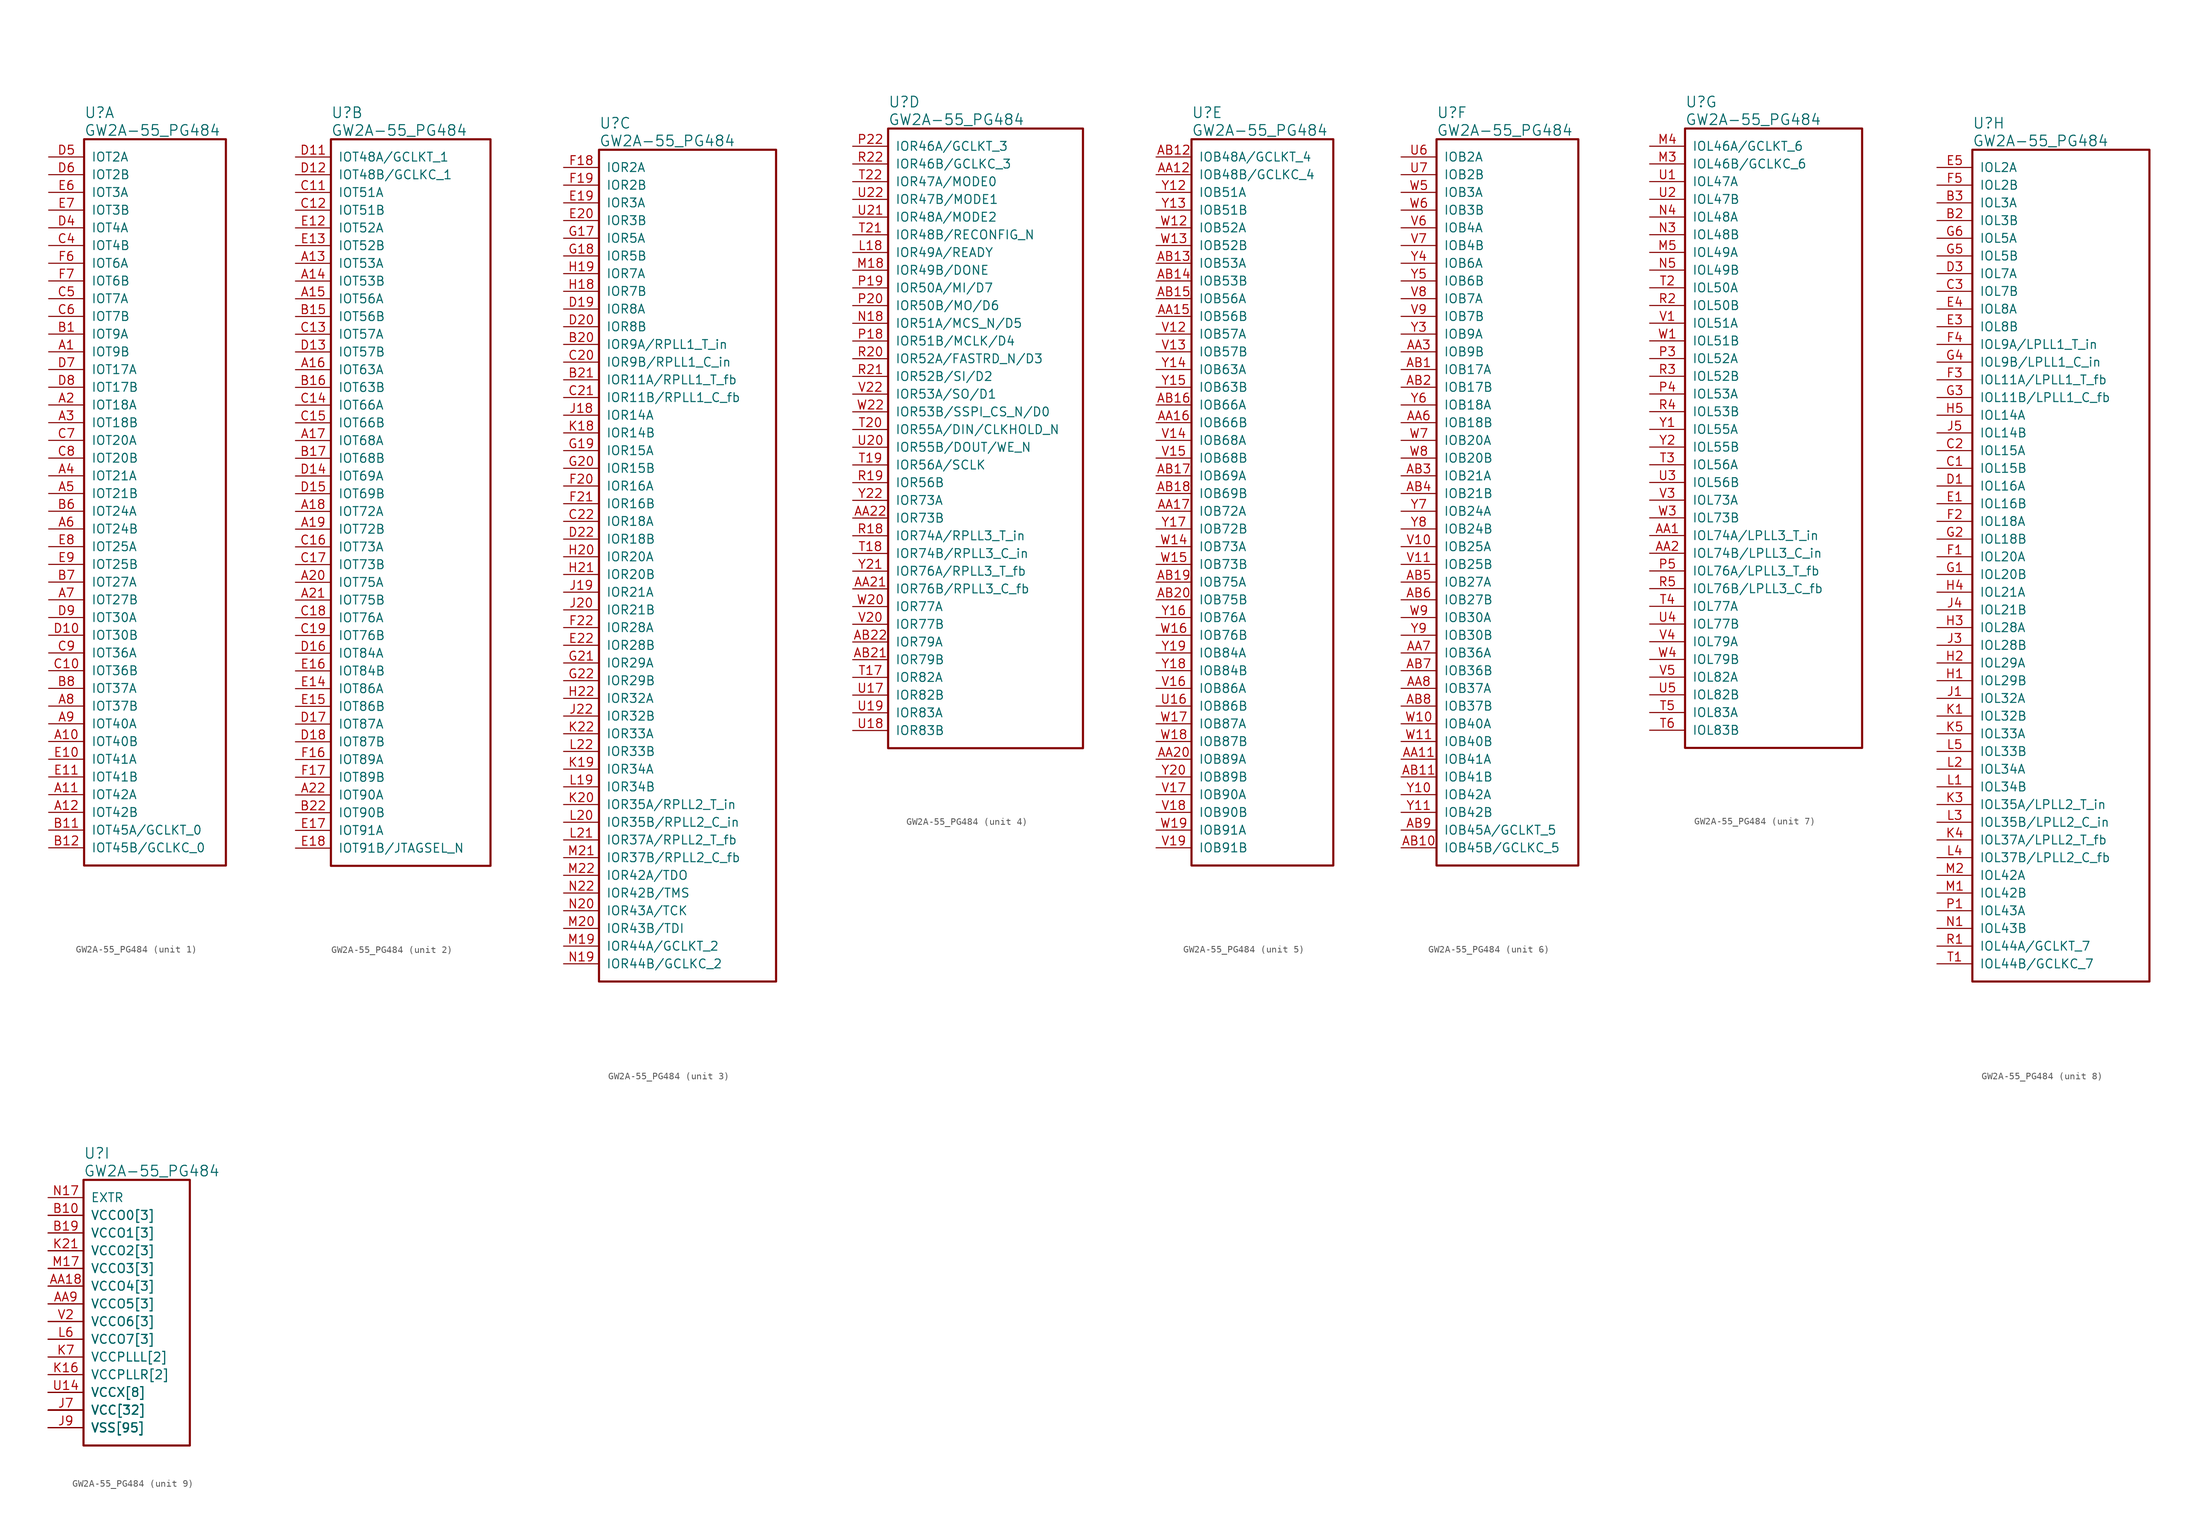
<source format=kicad_sym>
(kicad_symbol_lib
  (version 20211014)
  (generator kicad_symbol_editor)
  (symbol "GW2A-55_PG484"
    (pin_names
      (offset 1.016))
    (property "Reference" "U"
      (at 5.08 6.35 0)
      (effects (font (size 1.524 1.524)) (justify left)))
    (property "Value" "GW2A-55_PG484"
      (at 5.08 3.81 0)
      (effects (font (size 1.524 1.524)) (justify left)))
    (property "ki_locked" ""
      (at 0 0 0)
      (effects (font (size 1.27 1.27))))
    (symbol "GW2A-55_PG484_1_1"
      (rectangle (start 5.08 2.54) (end 25.4 -101.6) (stroke (width 0.305) (type default) (color 0 0 0 0)) (fill (type none)))
      (pin bidirectional line (at 0 -27.94 0) (length 5.08) (name "IOT9B" (effects (font (size 1.27 1.27)))) (number "A1" (effects (font (size 1.27 1.27)))))
      (pin bidirectional line (at 0 -83.82 0) (length 5.08) (name "IOT40B" (effects (font (size 1.27 1.27)))) (number "A10" (effects (font (size 1.27 1.27)))))
      (pin bidirectional line (at 0 -91.44 0) (length 5.08) (name "IOT42A" (effects (font (size 1.27 1.27)))) (number "A11" (effects (font (size 1.27 1.27)))))
      (pin bidirectional line (at 0 -93.98 0) (length 5.08) (name "IOT42B" (effects (font (size 1.27 1.27)))) (number "A12" (effects (font (size 1.27 1.27)))))
      (pin bidirectional line (at 0 -35.56 0) (length 5.08) (name "IOT18A" (effects (font (size 1.27 1.27)))) (number "A2" (effects (font (size 1.27 1.27)))))
      (pin bidirectional line (at 0 -38.1 0) (length 5.08) (name "IOT18B" (effects (font (size 1.27 1.27)))) (number "A3" (effects (font (size 1.27 1.27)))))
      (pin bidirectional line (at 0 -45.72 0) (length 5.08) (name "IOT21A" (effects (font (size 1.27 1.27)))) (number "A4" (effects (font (size 1.27 1.27)))))
      (pin bidirectional line (at 0 -48.26 0) (length 5.08) (name "IOT21B" (effects (font (size 1.27 1.27)))) (number "A5" (effects (font (size 1.27 1.27)))))
      (pin bidirectional line (at 0 -53.34 0) (length 5.08) (name "IOT24B" (effects (font (size 1.27 1.27)))) (number "A6" (effects (font (size 1.27 1.27)))))
      (pin bidirectional line (at 0 -63.5 0) (length 5.08) (name "IOT27B" (effects (font (size 1.27 1.27)))) (number "A7" (effects (font (size 1.27 1.27)))))
      (pin bidirectional line (at 0 -78.74 0) (length 5.08) (name "IOT37B" (effects (font (size 1.27 1.27)))) (number "A8" (effects (font (size 1.27 1.27)))))
      (pin bidirectional line (at 0 -81.28 0) (length 5.08) (name "IOT40A" (effects (font (size 1.27 1.27)))) (number "A9" (effects (font (size 1.27 1.27)))))
      (pin bidirectional line (at 0 -25.4 0) (length 5.08) (name "IOT9A" (effects (font (size 1.27 1.27)))) (number "B1" (effects (font (size 1.27 1.27)))))
      (pin bidirectional line (at 0 -96.52 0) (length 5.08) (name "IOT45A/GCLKT_0" (effects (font (size 1.27 1.27)))) (number "B11" (effects (font (size 1.27 1.27)))))
      (pin bidirectional line (at 0 -99.06 0) (length 5.08) (name "IOT45B/GCLKC_0" (effects (font (size 1.27 1.27)))) (number "B12" (effects (font (size 1.27 1.27)))))
      (pin bidirectional line (at 0 -50.8 0) (length 5.08) (name "IOT24A" (effects (font (size 1.27 1.27)))) (number "B6" (effects (font (size 1.27 1.27)))))
      (pin bidirectional line (at 0 -60.96 0) (length 5.08) (name "IOT27A" (effects (font (size 1.27 1.27)))) (number "B7" (effects (font (size 1.27 1.27)))))
      (pin bidirectional line (at 0 -76.2 0) (length 5.08) (name "IOT37A" (effects (font (size 1.27 1.27)))) (number "B8" (effects (font (size 1.27 1.27)))))
      (pin bidirectional line (at 0 -73.66 0) (length 5.08) (name "IOT36B" (effects (font (size 1.27 1.27)))) (number "C10" (effects (font (size 1.27 1.27)))))
      (pin bidirectional line (at 0 -12.7 0) (length 5.08) (name "IOT4B" (effects (font (size 1.27 1.27)))) (number "C4" (effects (font (size 1.27 1.27)))))
      (pin bidirectional line (at 0 -20.32 0) (length 5.08) (name "IOT7A" (effects (font (size 1.27 1.27)))) (number "C5" (effects (font (size 1.27 1.27)))))
      (pin bidirectional line (at 0 -22.86 0) (length 5.08) (name "IOT7B" (effects (font (size 1.27 1.27)))) (number "C6" (effects (font (size 1.27 1.27)))))
      (pin bidirectional line (at 0 -40.64 0) (length 5.08) (name "IOT20A" (effects (font (size 1.27 1.27)))) (number "C7" (effects (font (size 1.27 1.27)))))
      (pin bidirectional line (at 0 -43.18 0) (length 5.08) (name "IOT20B" (effects (font (size 1.27 1.27)))) (number "C8" (effects (font (size 1.27 1.27)))))
      (pin bidirectional line (at 0 -71.12 0) (length 5.08) (name "IOT36A" (effects (font (size 1.27 1.27)))) (number "C9" (effects (font (size 1.27 1.27)))))
      (pin bidirectional line (at 0 -68.58 0) (length 5.08) (name "IOT30B" (effects (font (size 1.27 1.27)))) (number "D10" (effects (font (size 1.27 1.27)))))
      (pin bidirectional line (at 0 -10.16 0) (length 5.08) (name "IOT4A" (effects (font (size 1.27 1.27)))) (number "D4" (effects (font (size 1.27 1.27)))))
      (pin bidirectional line (at 0 0 0) (length 5.08) (name "IOT2A" (effects (font (size 1.27 1.27)))) (number "D5" (effects (font (size 1.27 1.27)))))
      (pin bidirectional line (at 0 -2.54 0) (length 5.08) (name "IOT2B" (effects (font (size 1.27 1.27)))) (number "D6" (effects (font (size 1.27 1.27)))))
      (pin bidirectional line (at 0 -30.48 0) (length 5.08) (name "IOT17A" (effects (font (size 1.27 1.27)))) (number "D7" (effects (font (size 1.27 1.27)))))
      (pin bidirectional line (at 0 -33.02 0) (length 5.08) (name "IOT17B" (effects (font (size 1.27 1.27)))) (number "D8" (effects (font (size 1.27 1.27)))))
      (pin bidirectional line (at 0 -66.04 0) (length 5.08) (name "IOT30A" (effects (font (size 1.27 1.27)))) (number "D9" (effects (font (size 1.27 1.27)))))
      (pin bidirectional line (at 0 -86.36 0) (length 5.08) (name "IOT41A" (effects (font (size 1.27 1.27)))) (number "E10" (effects (font (size 1.27 1.27)))))
      (pin bidirectional line (at 0 -88.9 0) (length 5.08) (name "IOT41B" (effects (font (size 1.27 1.27)))) (number "E11" (effects (font (size 1.27 1.27)))))
      (pin bidirectional line (at 0 -5.08 0) (length 5.08) (name "IOT3A" (effects (font (size 1.27 1.27)))) (number "E6" (effects (font (size 1.27 1.27)))))
      (pin bidirectional line (at 0 -7.62 0) (length 5.08) (name "IOT3B" (effects (font (size 1.27 1.27)))) (number "E7" (effects (font (size 1.27 1.27)))))
      (pin bidirectional line (at 0 -55.88 0) (length 5.08) (name "IOT25A" (effects (font (size 1.27 1.27)))) (number "E8" (effects (font (size 1.27 1.27)))))
      (pin bidirectional line (at 0 -58.42 0) (length 5.08) (name "IOT25B" (effects (font (size 1.27 1.27)))) (number "E9" (effects (font (size 1.27 1.27)))))
      (pin bidirectional line (at 0 -15.24 0) (length 5.08) (name "IOT6A" (effects (font (size 1.27 1.27)))) (number "F6" (effects (font (size 1.27 1.27)))))
      (pin bidirectional line (at 0 -17.78 0) (length 5.08) (name "IOT6B" (effects (font (size 1.27 1.27)))) (number "F7" (effects (font (size 1.27 1.27))))))
    (symbol "GW2A-55_PG484_2_1"
      (rectangle (start 5.08 2.54) (end 27.94 -101.6) (stroke (width 0.305) (type default) (color 0 0 0 0)) (fill (type none)))
      (pin bidirectional line (at 0 -15.24 0) (length 5.08) (name "IOT53A" (effects (font (size 1.27 1.27)))) (number "A13" (effects (font (size 1.27 1.27)))))
      (pin bidirectional line (at 0 -17.78 0) (length 5.08) (name "IOT53B" (effects (font (size 1.27 1.27)))) (number "A14" (effects (font (size 1.27 1.27)))))
      (pin bidirectional line (at 0 -20.32 0) (length 5.08) (name "IOT56A" (effects (font (size 1.27 1.27)))) (number "A15" (effects (font (size 1.27 1.27)))))
      (pin bidirectional line (at 0 -30.48 0) (length 5.08) (name "IOT63A" (effects (font (size 1.27 1.27)))) (number "A16" (effects (font (size 1.27 1.27)))))
      (pin bidirectional line (at 0 -40.64 0) (length 5.08) (name "IOT68A" (effects (font (size 1.27 1.27)))) (number "A17" (effects (font (size 1.27 1.27)))))
      (pin bidirectional line (at 0 -50.8 0) (length 5.08) (name "IOT72A" (effects (font (size 1.27 1.27)))) (number "A18" (effects (font (size 1.27 1.27)))))
      (pin bidirectional line (at 0 -53.34 0) (length 5.08) (name "IOT72B" (effects (font (size 1.27 1.27)))) (number "A19" (effects (font (size 1.27 1.27)))))
      (pin bidirectional line (at 0 -60.96 0) (length 5.08) (name "IOT75A" (effects (font (size 1.27 1.27)))) (number "A20" (effects (font (size 1.27 1.27)))))
      (pin bidirectional line (at 0 -63.5 0) (length 5.08) (name "IOT75B" (effects (font (size 1.27 1.27)))) (number "A21" (effects (font (size 1.27 1.27)))))
      (pin bidirectional line (at 0 -91.44 0) (length 5.08) (name "IOT90A" (effects (font (size 1.27 1.27)))) (number "A22" (effects (font (size 1.27 1.27)))))
      (pin bidirectional line (at 0 -22.86 0) (length 5.08) (name "IOT56B" (effects (font (size 1.27 1.27)))) (number "B15" (effects (font (size 1.27 1.27)))))
      (pin bidirectional line (at 0 -33.02 0) (length 5.08) (name "IOT63B" (effects (font (size 1.27 1.27)))) (number "B16" (effects (font (size 1.27 1.27)))))
      (pin bidirectional line (at 0 -43.18 0) (length 5.08) (name "IOT68B" (effects (font (size 1.27 1.27)))) (number "B17" (effects (font (size 1.27 1.27)))))
      (pin bidirectional line (at 0 -93.98 0) (length 5.08) (name "IOT90B" (effects (font (size 1.27 1.27)))) (number "B22" (effects (font (size 1.27 1.27)))))
      (pin bidirectional line (at 0 -5.08 0) (length 5.08) (name "IOT51A" (effects (font (size 1.27 1.27)))) (number "C11" (effects (font (size 1.27 1.27)))))
      (pin bidirectional line (at 0 -7.62 0) (length 5.08) (name "IOT51B" (effects (font (size 1.27 1.27)))) (number "C12" (effects (font (size 1.27 1.27)))))
      (pin bidirectional line (at 0 -25.4 0) (length 5.08) (name "IOT57A" (effects (font (size 1.27 1.27)))) (number "C13" (effects (font (size 1.27 1.27)))))
      (pin bidirectional line (at 0 -35.56 0) (length 5.08) (name "IOT66A" (effects (font (size 1.27 1.27)))) (number "C14" (effects (font (size 1.27 1.27)))))
      (pin bidirectional line (at 0 -38.1 0) (length 5.08) (name "IOT66B" (effects (font (size 1.27 1.27)))) (number "C15" (effects (font (size 1.27 1.27)))))
      (pin bidirectional line (at 0 -55.88 0) (length 5.08) (name "IOT73A" (effects (font (size 1.27 1.27)))) (number "C16" (effects (font (size 1.27 1.27)))))
      (pin bidirectional line (at 0 -58.42 0) (length 5.08) (name "IOT73B" (effects (font (size 1.27 1.27)))) (number "C17" (effects (font (size 1.27 1.27)))))
      (pin bidirectional line (at 0 -66.04 0) (length 5.08) (name "IOT76A" (effects (font (size 1.27 1.27)))) (number "C18" (effects (font (size 1.27 1.27)))))
      (pin bidirectional line (at 0 -68.58 0) (length 5.08) (name "IOT76B" (effects (font (size 1.27 1.27)))) (number "C19" (effects (font (size 1.27 1.27)))))
      (pin bidirectional line (at 0 0 0) (length 5.08) (name "IOT48A/GCLKT_1" (effects (font (size 1.27 1.27)))) (number "D11" (effects (font (size 1.27 1.27)))))
      (pin bidirectional line (at 0 -2.54 0) (length 5.08) (name "IOT48B/GCLKC_1" (effects (font (size 1.27 1.27)))) (number "D12" (effects (font (size 1.27 1.27)))))
      (pin bidirectional line (at 0 -27.94 0) (length 5.08) (name "IOT57B" (effects (font (size 1.27 1.27)))) (number "D13" (effects (font (size 1.27 1.27)))))
      (pin bidirectional line (at 0 -45.72 0) (length 5.08) (name "IOT69A" (effects (font (size 1.27 1.27)))) (number "D14" (effects (font (size 1.27 1.27)))))
      (pin bidirectional line (at 0 -48.26 0) (length 5.08) (name "IOT69B" (effects (font (size 1.27 1.27)))) (number "D15" (effects (font (size 1.27 1.27)))))
      (pin bidirectional line (at 0 -71.12 0) (length 5.08) (name "IOT84A" (effects (font (size 1.27 1.27)))) (number "D16" (effects (font (size 1.27 1.27)))))
      (pin bidirectional line (at 0 -81.28 0) (length 5.08) (name "IOT87A" (effects (font (size 1.27 1.27)))) (number "D17" (effects (font (size 1.27 1.27)))))
      (pin bidirectional line (at 0 -83.82 0) (length 5.08) (name "IOT87B" (effects (font (size 1.27 1.27)))) (number "D18" (effects (font (size 1.27 1.27)))))
      (pin bidirectional line (at 0 -10.16 0) (length 5.08) (name "IOT52A" (effects (font (size 1.27 1.27)))) (number "E12" (effects (font (size 1.27 1.27)))))
      (pin bidirectional line (at 0 -12.7 0) (length 5.08) (name "IOT52B" (effects (font (size 1.27 1.27)))) (number "E13" (effects (font (size 1.27 1.27)))))
      (pin bidirectional line (at 0 -76.2 0) (length 5.08) (name "IOT86A" (effects (font (size 1.27 1.27)))) (number "E14" (effects (font (size 1.27 1.27)))))
      (pin bidirectional line (at 0 -78.74 0) (length 5.08) (name "IOT86B" (effects (font (size 1.27 1.27)))) (number "E15" (effects (font (size 1.27 1.27)))))
      (pin bidirectional line (at 0 -73.66 0) (length 5.08) (name "IOT84B" (effects (font (size 1.27 1.27)))) (number "E16" (effects (font (size 1.27 1.27)))))
      (pin bidirectional line (at 0 -96.52 0) (length 5.08) (name "IOT91A" (effects (font (size 1.27 1.27)))) (number "E17" (effects (font (size 1.27 1.27)))))
      (pin bidirectional line (at 0 -99.06 0) (length 5.08) (name "IOT91B/JTAGSEL_N" (effects (font (size 1.27 1.27)))) (number "E18" (effects (font (size 1.27 1.27)))))
      (pin bidirectional line (at 0 -86.36 0) (length 5.08) (name "IOT89A" (effects (font (size 1.27 1.27)))) (number "F16" (effects (font (size 1.27 1.27)))))
      (pin bidirectional line (at 0 -88.9 0) (length 5.08) (name "IOT89B" (effects (font (size 1.27 1.27)))) (number "F17" (effects (font (size 1.27 1.27))))))
    (symbol "GW2A-55_PG484_3_1"
      (rectangle (start 5.08 2.54) (end 30.48 -116.84) (stroke (width 0.305) (type default) (color 0 0 0 0)) (fill (type none)))
      (pin bidirectional line (at 0 -25.4 0) (length 5.08) (name "IOR9A/RPLL1_T_in" (effects (font (size 1.27 1.27)))) (number "B20" (effects (font (size 1.27 1.27)))))
      (pin bidirectional line (at 0 -30.48 0) (length 5.08) (name "IOR11A/RPLL1_T_fb" (effects (font (size 1.27 1.27)))) (number "B21" (effects (font (size 1.27 1.27)))))
      (pin bidirectional line (at 0 -27.94 0) (length 5.08) (name "IOR9B/RPLL1_C_in" (effects (font (size 1.27 1.27)))) (number "C20" (effects (font (size 1.27 1.27)))))
      (pin bidirectional line (at 0 -33.02 0) (length 5.08) (name "IOR11B/RPLL1_C_fb" (effects (font (size 1.27 1.27)))) (number "C21" (effects (font (size 1.27 1.27)))))
      (pin bidirectional line (at 0 -50.8 0) (length 5.08) (name "IOR18A" (effects (font (size 1.27 1.27)))) (number "C22" (effects (font (size 1.27 1.27)))))
      (pin bidirectional line (at 0 -20.32 0) (length 5.08) (name "IOR8A" (effects (font (size 1.27 1.27)))) (number "D19" (effects (font (size 1.27 1.27)))))
      (pin bidirectional line (at 0 -22.86 0) (length 5.08) (name "IOR8B" (effects (font (size 1.27 1.27)))) (number "D20" (effects (font (size 1.27 1.27)))))
      (pin bidirectional line (at 0 -53.34 0) (length 5.08) (name "IOR18B" (effects (font (size 1.27 1.27)))) (number "D22" (effects (font (size 1.27 1.27)))))
      (pin bidirectional line (at 0 -5.08 0) (length 5.08) (name "IOR3A" (effects (font (size 1.27 1.27)))) (number "E19" (effects (font (size 1.27 1.27)))))
      (pin bidirectional line (at 0 -7.62 0) (length 5.08) (name "IOR3B" (effects (font (size 1.27 1.27)))) (number "E20" (effects (font (size 1.27 1.27)))))
      (pin bidirectional line (at 0 -68.58 0) (length 5.08) (name "IOR28B" (effects (font (size 1.27 1.27)))) (number "E22" (effects (font (size 1.27 1.27)))))
      (pin bidirectional line (at 0 0 0) (length 5.08) (name "IOR2A" (effects (font (size 1.27 1.27)))) (number "F18" (effects (font (size 1.27 1.27)))))
      (pin bidirectional line (at 0 -2.54 0) (length 5.08) (name "IOR2B" (effects (font (size 1.27 1.27)))) (number "F19" (effects (font (size 1.27 1.27)))))
      (pin bidirectional line (at 0 -45.72 0) (length 5.08) (name "IOR16A" (effects (font (size 1.27 1.27)))) (number "F20" (effects (font (size 1.27 1.27)))))
      (pin bidirectional line (at 0 -48.26 0) (length 5.08) (name "IOR16B" (effects (font (size 1.27 1.27)))) (number "F21" (effects (font (size 1.27 1.27)))))
      (pin bidirectional line (at 0 -66.04 0) (length 5.08) (name "IOR28A" (effects (font (size 1.27 1.27)))) (number "F22" (effects (font (size 1.27 1.27)))))
      (pin bidirectional line (at 0 -10.16 0) (length 5.08) (name "IOR5A" (effects (font (size 1.27 1.27)))) (number "G17" (effects (font (size 1.27 1.27)))))
      (pin bidirectional line (at 0 -12.7 0) (length 5.08) (name "IOR5B" (effects (font (size 1.27 1.27)))) (number "G18" (effects (font (size 1.27 1.27)))))
      (pin bidirectional line (at 0 -40.64 0) (length 5.08) (name "IOR15A" (effects (font (size 1.27 1.27)))) (number "G19" (effects (font (size 1.27 1.27)))))
      (pin bidirectional line (at 0 -43.18 0) (length 5.08) (name "IOR15B" (effects (font (size 1.27 1.27)))) (number "G20" (effects (font (size 1.27 1.27)))))
      (pin bidirectional line (at 0 -71.12 0) (length 5.08) (name "IOR29A" (effects (font (size 1.27 1.27)))) (number "G21" (effects (font (size 1.27 1.27)))))
      (pin bidirectional line (at 0 -73.66 0) (length 5.08) (name "IOR29B" (effects (font (size 1.27 1.27)))) (number "G22" (effects (font (size 1.27 1.27)))))
      (pin bidirectional line (at 0 -17.78 0) (length 5.08) (name "IOR7B" (effects (font (size 1.27 1.27)))) (number "H18" (effects (font (size 1.27 1.27)))))
      (pin bidirectional line (at 0 -15.24 0) (length 5.08) (name "IOR7A" (effects (font (size 1.27 1.27)))) (number "H19" (effects (font (size 1.27 1.27)))))
      (pin bidirectional line (at 0 -55.88 0) (length 5.08) (name "IOR20A" (effects (font (size 1.27 1.27)))) (number "H20" (effects (font (size 1.27 1.27)))))
      (pin bidirectional line (at 0 -58.42 0) (length 5.08) (name "IOR20B" (effects (font (size 1.27 1.27)))) (number "H21" (effects (font (size 1.27 1.27)))))
      (pin bidirectional line (at 0 -76.2 0) (length 5.08) (name "IOR32A" (effects (font (size 1.27 1.27)))) (number "H22" (effects (font (size 1.27 1.27)))))
      (pin bidirectional line (at 0 -35.56 0) (length 5.08) (name "IOR14A" (effects (font (size 1.27 1.27)))) (number "J18" (effects (font (size 1.27 1.27)))))
      (pin bidirectional line (at 0 -60.96 0) (length 5.08) (name "IOR21A" (effects (font (size 1.27 1.27)))) (number "J19" (effects (font (size 1.27 1.27)))))
      (pin bidirectional line (at 0 -63.5 0) (length 5.08) (name "IOR21B" (effects (font (size 1.27 1.27)))) (number "J20" (effects (font (size 1.27 1.27)))))
      (pin bidirectional line (at 0 -78.74 0) (length 5.08) (name "IOR32B" (effects (font (size 1.27 1.27)))) (number "J22" (effects (font (size 1.27 1.27)))))
      (pin bidirectional line (at 0 -38.1 0) (length 5.08) (name "IOR14B" (effects (font (size 1.27 1.27)))) (number "K18" (effects (font (size 1.27 1.27)))))
      (pin bidirectional line (at 0 -86.36 0) (length 5.08) (name "IOR34A" (effects (font (size 1.27 1.27)))) (number "K19" (effects (font (size 1.27 1.27)))))
      (pin bidirectional line (at 0 -91.44 0) (length 5.08) (name "IOR35A/RPLL2_T_in" (effects (font (size 1.27 1.27)))) (number "K20" (effects (font (size 1.27 1.27)))))
      (pin bidirectional line (at 0 -81.28 0) (length 5.08) (name "IOR33A" (effects (font (size 1.27 1.27)))) (number "K22" (effects (font (size 1.27 1.27)))))
      (pin bidirectional line (at 0 -88.9 0) (length 5.08) (name "IOR34B" (effects (font (size 1.27 1.27)))) (number "L19" (effects (font (size 1.27 1.27)))))
      (pin bidirectional line (at 0 -93.98 0) (length 5.08) (name "IOR35B/RPLL2_C_in" (effects (font (size 1.27 1.27)))) (number "L20" (effects (font (size 1.27 1.27)))))
      (pin bidirectional line (at 0 -96.52 0) (length 5.08) (name "IOR37A/RPLL2_T_fb" (effects (font (size 1.27 1.27)))) (number "L21" (effects (font (size 1.27 1.27)))))
      (pin bidirectional line (at 0 -83.82 0) (length 5.08) (name "IOR33B" (effects (font (size 1.27 1.27)))) (number "L22" (effects (font (size 1.27 1.27)))))
      (pin bidirectional line (at 0 -111.76 0) (length 5.08) (name "IOR44A/GCLKT_2" (effects (font (size 1.27 1.27)))) (number "M19" (effects (font (size 1.27 1.27)))))
      (pin bidirectional line (at 0 -109.22 0) (length 5.08) (name "IOR43B/TDI" (effects (font (size 1.27 1.27)))) (number "M20" (effects (font (size 1.27 1.27)))))
      (pin bidirectional line (at 0 -99.06 0) (length 5.08) (name "IOR37B/RPLL2_C_fb" (effects (font (size 1.27 1.27)))) (number "M21" (effects (font (size 1.27 1.27)))))
      (pin bidirectional line (at 0 -101.6 0) (length 5.08) (name "IOR42A/TDO" (effects (font (size 1.27 1.27)))) (number "M22" (effects (font (size 1.27 1.27)))))
      (pin bidirectional line (at 0 -114.3 0) (length 5.08) (name "IOR44B/GCLKC_2" (effects (font (size 1.27 1.27)))) (number "N19" (effects (font (size 1.27 1.27)))))
      (pin bidirectional line (at 0 -106.68 0) (length 5.08) (name "IOR43A/TCK" (effects (font (size 1.27 1.27)))) (number "N20" (effects (font (size 1.27 1.27)))))
      (pin bidirectional line (at 0 -104.14 0) (length 5.08) (name "IOR42B/TMS" (effects (font (size 1.27 1.27)))) (number "N22" (effects (font (size 1.27 1.27))))))
    (symbol "GW2A-55_PG484_4_1"
      (rectangle (start 5.08 2.54) (end 33.02 -86.36) (stroke (width 0.305) (type default) (color 0 0 0 0)) (fill (type none)))
      (pin bidirectional line (at 0 -63.5 0) (length 5.08) (name "IOR76B/RPLL3_C_fb" (effects (font (size 1.27 1.27)))) (number "AA21" (effects (font (size 1.27 1.27)))))
      (pin bidirectional line (at 0 -53.34 0) (length 5.08) (name "IOR73B" (effects (font (size 1.27 1.27)))) (number "AA22" (effects (font (size 1.27 1.27)))))
      (pin bidirectional line (at 0 -73.66 0) (length 5.08) (name "IOR79B" (effects (font (size 1.27 1.27)))) (number "AB21" (effects (font (size 1.27 1.27)))))
      (pin bidirectional line (at 0 -71.12 0) (length 5.08) (name "IOR79A" (effects (font (size 1.27 1.27)))) (number "AB22" (effects (font (size 1.27 1.27)))))
      (pin bidirectional line (at 0 -15.24 0) (length 5.08) (name "IOR49A/READY" (effects (font (size 1.27 1.27)))) (number "L18" (effects (font (size 1.27 1.27)))))
      (pin bidirectional line (at 0 -17.78 0) (length 5.08) (name "IOR49B/DONE" (effects (font (size 1.27 1.27)))) (number "M18" (effects (font (size 1.27 1.27)))))
      (pin bidirectional line (at 0 -25.4 0) (length 5.08) (name "IOR51A/MCS_N/D5" (effects (font (size 1.27 1.27)))) (number "N18" (effects (font (size 1.27 1.27)))))
      (pin bidirectional line (at 0 -27.94 0) (length 5.08) (name "IOR51B/MCLK/D4" (effects (font (size 1.27 1.27)))) (number "P18" (effects (font (size 1.27 1.27)))))
      (pin bidirectional line (at 0 -20.32 0) (length 5.08) (name "IOR50A/MI/D7" (effects (font (size 1.27 1.27)))) (number "P19" (effects (font (size 1.27 1.27)))))
      (pin bidirectional line (at 0 -22.86 0) (length 5.08) (name "IOR50B/MO/D6" (effects (font (size 1.27 1.27)))) (number "P20" (effects (font (size 1.27 1.27)))))
      (pin bidirectional line (at 0 0 0) (length 5.08) (name "IOR46A/GCLKT_3" (effects (font (size 1.27 1.27)))) (number "P22" (effects (font (size 1.27 1.27)))))
      (pin bidirectional line (at 0 -55.88 0) (length 5.08) (name "IOR74A/RPLL3_T_in" (effects (font (size 1.27 1.27)))) (number "R18" (effects (font (size 1.27 1.27)))))
      (pin bidirectional line (at 0 -48.26 0) (length 5.08) (name "IOR56B" (effects (font (size 1.27 1.27)))) (number "R19" (effects (font (size 1.27 1.27)))))
      (pin bidirectional line (at 0 -30.48 0) (length 5.08) (name "IOR52A/FASTRD_N/D3" (effects (font (size 1.27 1.27)))) (number "R20" (effects (font (size 1.27 1.27)))))
      (pin bidirectional line (at 0 -33.02 0) (length 5.08) (name "IOR52B/SI/D2" (effects (font (size 1.27 1.27)))) (number "R21" (effects (font (size 1.27 1.27)))))
      (pin bidirectional line (at 0 -2.54 0) (length 5.08) (name "IOR46B/GCLKC_3" (effects (font (size 1.27 1.27)))) (number "R22" (effects (font (size 1.27 1.27)))))
      (pin bidirectional line (at 0 -76.2 0) (length 5.08) (name "IOR82A" (effects (font (size 1.27 1.27)))) (number "T17" (effects (font (size 1.27 1.27)))))
      (pin bidirectional line (at 0 -58.42 0) (length 5.08) (name "IOR74B/RPLL3_C_in" (effects (font (size 1.27 1.27)))) (number "T18" (effects (font (size 1.27 1.27)))))
      (pin bidirectional line (at 0 -45.72 0) (length 5.08) (name "IOR56A/SCLK" (effects (font (size 1.27 1.27)))) (number "T19" (effects (font (size 1.27 1.27)))))
      (pin bidirectional line (at 0 -40.64 0) (length 5.08) (name "IOR55A/DIN/CLKHOLD_N" (effects (font (size 1.27 1.27)))) (number "T20" (effects (font (size 1.27 1.27)))))
      (pin bidirectional line (at 0 -12.7 0) (length 5.08) (name "IOR48B/RECONFIG_N" (effects (font (size 1.27 1.27)))) (number "T21" (effects (font (size 1.27 1.27)))))
      (pin bidirectional line (at 0 -5.08 0) (length 5.08) (name "IOR47A/MODE0" (effects (font (size 1.27 1.27)))) (number "T22" (effects (font (size 1.27 1.27)))))
      (pin bidirectional line (at 0 -78.74 0) (length 5.08) (name "IOR82B" (effects (font (size 1.27 1.27)))) (number "U17" (effects (font (size 1.27 1.27)))))
      (pin bidirectional line (at 0 -83.82 0) (length 5.08) (name "IOR83B" (effects (font (size 1.27 1.27)))) (number "U18" (effects (font (size 1.27 1.27)))))
      (pin bidirectional line (at 0 -81.28 0) (length 5.08) (name "IOR83A" (effects (font (size 1.27 1.27)))) (number "U19" (effects (font (size 1.27 1.27)))))
      (pin bidirectional line (at 0 -43.18 0) (length 5.08) (name "IOR55B/DOUT/WE_N" (effects (font (size 1.27 1.27)))) (number "U20" (effects (font (size 1.27 1.27)))))
      (pin bidirectional line (at 0 -10.16 0) (length 5.08) (name "IOR48A/MODE2" (effects (font (size 1.27 1.27)))) (number "U21" (effects (font (size 1.27 1.27)))))
      (pin bidirectional line (at 0 -7.62 0) (length 5.08) (name "IOR47B/MODE1" (effects (font (size 1.27 1.27)))) (number "U22" (effects (font (size 1.27 1.27)))))
      (pin bidirectional line (at 0 -68.58 0) (length 5.08) (name "IOR77B" (effects (font (size 1.27 1.27)))) (number "V20" (effects (font (size 1.27 1.27)))))
      (pin bidirectional line (at 0 -35.56 0) (length 5.08) (name "IOR53A/SO/D1" (effects (font (size 1.27 1.27)))) (number "V22" (effects (font (size 1.27 1.27)))))
      (pin bidirectional line (at 0 -66.04 0) (length 5.08) (name "IOR77A" (effects (font (size 1.27 1.27)))) (number "W20" (effects (font (size 1.27 1.27)))))
      (pin bidirectional line (at 0 -38.1 0) (length 5.08) (name "IOR53B/SSPI_CS_N/D0" (effects (font (size 1.27 1.27)))) (number "W22" (effects (font (size 1.27 1.27)))))
      (pin bidirectional line (at 0 -60.96 0) (length 5.08) (name "IOR76A/RPLL3_T_fb" (effects (font (size 1.27 1.27)))) (number "Y21" (effects (font (size 1.27 1.27)))))
      (pin bidirectional line (at 0 -50.8 0) (length 5.08) (name "IOR73A" (effects (font (size 1.27 1.27)))) (number "Y22" (effects (font (size 1.27 1.27))))))
    (symbol "GW2A-55_PG484_5_1"
      (rectangle (start 5.08 2.54) (end 25.4 -101.6) (stroke (width 0.305) (type default) (color 0 0 0 0)) (fill (type none)))
      (pin bidirectional line (at 0 -2.54 0) (length 5.08) (name "IOB48B/GCLKC_4" (effects (font (size 1.27 1.27)))) (number "AA12" (effects (font (size 1.27 1.27)))))
      (pin bidirectional line (at 0 -22.86 0) (length 5.08) (name "IOB56B" (effects (font (size 1.27 1.27)))) (number "AA15" (effects (font (size 1.27 1.27)))))
      (pin bidirectional line (at 0 -38.1 0) (length 5.08) (name "IOB66B" (effects (font (size 1.27 1.27)))) (number "AA16" (effects (font (size 1.27 1.27)))))
      (pin bidirectional line (at 0 -50.8 0) (length 5.08) (name "IOB72A" (effects (font (size 1.27 1.27)))) (number "AA17" (effects (font (size 1.27 1.27)))))
      (pin bidirectional line (at 0 -86.36 0) (length 5.08) (name "IOB89A" (effects (font (size 1.27 1.27)))) (number "AA20" (effects (font (size 1.27 1.27)))))
      (pin bidirectional line (at 0 0 0) (length 5.08) (name "IOB48A/GCLKT_4" (effects (font (size 1.27 1.27)))) (number "AB12" (effects (font (size 1.27 1.27)))))
      (pin bidirectional line (at 0 -15.24 0) (length 5.08) (name "IOB53A" (effects (font (size 1.27 1.27)))) (number "AB13" (effects (font (size 1.27 1.27)))))
      (pin bidirectional line (at 0 -17.78 0) (length 5.08) (name "IOB53B" (effects (font (size 1.27 1.27)))) (number "AB14" (effects (font (size 1.27 1.27)))))
      (pin bidirectional line (at 0 -20.32 0) (length 5.08) (name "IOB56A" (effects (font (size 1.27 1.27)))) (number "AB15" (effects (font (size 1.27 1.27)))))
      (pin bidirectional line (at 0 -35.56 0) (length 5.08) (name "IOB66A" (effects (font (size 1.27 1.27)))) (number "AB16" (effects (font (size 1.27 1.27)))))
      (pin bidirectional line (at 0 -45.72 0) (length 5.08) (name "IOB69A" (effects (font (size 1.27 1.27)))) (number "AB17" (effects (font (size 1.27 1.27)))))
      (pin bidirectional line (at 0 -48.26 0) (length 5.08) (name "IOB69B" (effects (font (size 1.27 1.27)))) (number "AB18" (effects (font (size 1.27 1.27)))))
      (pin bidirectional line (at 0 -60.96 0) (length 5.08) (name "IOB75A" (effects (font (size 1.27 1.27)))) (number "AB19" (effects (font (size 1.27 1.27)))))
      (pin bidirectional line (at 0 -63.5 0) (length 5.08) (name "IOB75B" (effects (font (size 1.27 1.27)))) (number "AB20" (effects (font (size 1.27 1.27)))))
      (pin bidirectional line (at 0 -78.74 0) (length 5.08) (name "IOB86B" (effects (font (size 1.27 1.27)))) (number "U16" (effects (font (size 1.27 1.27)))))
      (pin bidirectional line (at 0 -25.4 0) (length 5.08) (name "IOB57A" (effects (font (size 1.27 1.27)))) (number "V12" (effects (font (size 1.27 1.27)))))
      (pin bidirectional line (at 0 -27.94 0) (length 5.08) (name "IOB57B" (effects (font (size 1.27 1.27)))) (number "V13" (effects (font (size 1.27 1.27)))))
      (pin bidirectional line (at 0 -40.64 0) (length 5.08) (name "IOB68A" (effects (font (size 1.27 1.27)))) (number "V14" (effects (font (size 1.27 1.27)))))
      (pin bidirectional line (at 0 -43.18 0) (length 5.08) (name "IOB68B" (effects (font (size 1.27 1.27)))) (number "V15" (effects (font (size 1.27 1.27)))))
      (pin bidirectional line (at 0 -76.2 0) (length 5.08) (name "IOB86A" (effects (font (size 1.27 1.27)))) (number "V16" (effects (font (size 1.27 1.27)))))
      (pin bidirectional line (at 0 -91.44 0) (length 5.08) (name "IOB90A" (effects (font (size 1.27 1.27)))) (number "V17" (effects (font (size 1.27 1.27)))))
      (pin bidirectional line (at 0 -93.98 0) (length 5.08) (name "IOB90B" (effects (font (size 1.27 1.27)))) (number "V18" (effects (font (size 1.27 1.27)))))
      (pin bidirectional line (at 0 -99.06 0) (length 5.08) (name "IOB91B" (effects (font (size 1.27 1.27)))) (number "V19" (effects (font (size 1.27 1.27)))))
      (pin bidirectional line (at 0 -10.16 0) (length 5.08) (name "IOB52A" (effects (font (size 1.27 1.27)))) (number "W12" (effects (font (size 1.27 1.27)))))
      (pin bidirectional line (at 0 -12.7 0) (length 5.08) (name "IOB52B" (effects (font (size 1.27 1.27)))) (number "W13" (effects (font (size 1.27 1.27)))))
      (pin bidirectional line (at 0 -55.88 0) (length 5.08) (name "IOB73A" (effects (font (size 1.27 1.27)))) (number "W14" (effects (font (size 1.27 1.27)))))
      (pin bidirectional line (at 0 -58.42 0) (length 5.08) (name "IOB73B" (effects (font (size 1.27 1.27)))) (number "W15" (effects (font (size 1.27 1.27)))))
      (pin bidirectional line (at 0 -68.58 0) (length 5.08) (name "IOB76B" (effects (font (size 1.27 1.27)))) (number "W16" (effects (font (size 1.27 1.27)))))
      (pin bidirectional line (at 0 -81.28 0) (length 5.08) (name "IOB87A" (effects (font (size 1.27 1.27)))) (number "W17" (effects (font (size 1.27 1.27)))))
      (pin bidirectional line (at 0 -83.82 0) (length 5.08) (name "IOB87B" (effects (font (size 1.27 1.27)))) (number "W18" (effects (font (size 1.27 1.27)))))
      (pin bidirectional line (at 0 -96.52 0) (length 5.08) (name "IOB91A" (effects (font (size 1.27 1.27)))) (number "W19" (effects (font (size 1.27 1.27)))))
      (pin bidirectional line (at 0 -5.08 0) (length 5.08) (name "IOB51A" (effects (font (size 1.27 1.27)))) (number "Y12" (effects (font (size 1.27 1.27)))))
      (pin bidirectional line (at 0 -7.62 0) (length 5.08) (name "IOB51B" (effects (font (size 1.27 1.27)))) (number "Y13" (effects (font (size 1.27 1.27)))))
      (pin bidirectional line (at 0 -30.48 0) (length 5.08) (name "IOB63A" (effects (font (size 1.27 1.27)))) (number "Y14" (effects (font (size 1.27 1.27)))))
      (pin bidirectional line (at 0 -33.02 0) (length 5.08) (name "IOB63B" (effects (font (size 1.27 1.27)))) (number "Y15" (effects (font (size 1.27 1.27)))))
      (pin bidirectional line (at 0 -66.04 0) (length 5.08) (name "IOB76A" (effects (font (size 1.27 1.27)))) (number "Y16" (effects (font (size 1.27 1.27)))))
      (pin bidirectional line (at 0 -53.34 0) (length 5.08) (name "IOB72B" (effects (font (size 1.27 1.27)))) (number "Y17" (effects (font (size 1.27 1.27)))))
      (pin bidirectional line (at 0 -73.66 0) (length 5.08) (name "IOB84B" (effects (font (size 1.27 1.27)))) (number "Y18" (effects (font (size 1.27 1.27)))))
      (pin bidirectional line (at 0 -71.12 0) (length 5.08) (name "IOB84A" (effects (font (size 1.27 1.27)))) (number "Y19" (effects (font (size 1.27 1.27)))))
      (pin bidirectional line (at 0 -88.9 0) (length 5.08) (name "IOB89B" (effects (font (size 1.27 1.27)))) (number "Y20" (effects (font (size 1.27 1.27))))))
    (symbol "GW2A-55_PG484_6_1"
      (rectangle (start 5.08 2.54) (end 25.4 -101.6) (stroke (width 0.305) (type default) (color 0 0 0 0)) (fill (type none)))
      (pin bidirectional line (at 0 -86.36 0) (length 5.08) (name "IOB41A" (effects (font (size 1.27 1.27)))) (number "AA11" (effects (font (size 1.27 1.27)))))
      (pin bidirectional line (at 0 -27.94 0) (length 5.08) (name "IOB9B" (effects (font (size 1.27 1.27)))) (number "AA3" (effects (font (size 1.27 1.27)))))
      (pin bidirectional line (at 0 -38.1 0) (length 5.08) (name "IOB18B" (effects (font (size 1.27 1.27)))) (number "AA6" (effects (font (size 1.27 1.27)))))
      (pin bidirectional line (at 0 -71.12 0) (length 5.08) (name "IOB36A" (effects (font (size 1.27 1.27)))) (number "AA7" (effects (font (size 1.27 1.27)))))
      (pin bidirectional line (at 0 -76.2 0) (length 5.08) (name "IOB37A" (effects (font (size 1.27 1.27)))) (number "AA8" (effects (font (size 1.27 1.27)))))
      (pin bidirectional line (at 0 -30.48 0) (length 5.08) (name "IOB17A" (effects (font (size 1.27 1.27)))) (number "AB1" (effects (font (size 1.27 1.27)))))
      (pin bidirectional line (at 0 -99.06 0) (length 5.08) (name "IOB45B/GCLKC_5" (effects (font (size 1.27 1.27)))) (number "AB10" (effects (font (size 1.27 1.27)))))
      (pin bidirectional line (at 0 -88.9 0) (length 5.08) (name "IOB41B" (effects (font (size 1.27 1.27)))) (number "AB11" (effects (font (size 1.27 1.27)))))
      (pin bidirectional line (at 0 -33.02 0) (length 5.08) (name "IOB17B" (effects (font (size 1.27 1.27)))) (number "AB2" (effects (font (size 1.27 1.27)))))
      (pin bidirectional line (at 0 -45.72 0) (length 5.08) (name "IOB21A" (effects (font (size 1.27 1.27)))) (number "AB3" (effects (font (size 1.27 1.27)))))
      (pin bidirectional line (at 0 -48.26 0) (length 5.08) (name "IOB21B" (effects (font (size 1.27 1.27)))) (number "AB4" (effects (font (size 1.27 1.27)))))
      (pin bidirectional line (at 0 -60.96 0) (length 5.08) (name "IOB27A" (effects (font (size 1.27 1.27)))) (number "AB5" (effects (font (size 1.27 1.27)))))
      (pin bidirectional line (at 0 -63.5 0) (length 5.08) (name "IOB27B" (effects (font (size 1.27 1.27)))) (number "AB6" (effects (font (size 1.27 1.27)))))
      (pin bidirectional line (at 0 -73.66 0) (length 5.08) (name "IOB36B" (effects (font (size 1.27 1.27)))) (number "AB7" (effects (font (size 1.27 1.27)))))
      (pin bidirectional line (at 0 -78.74 0) (length 5.08) (name "IOB37B" (effects (font (size 1.27 1.27)))) (number "AB8" (effects (font (size 1.27 1.27)))))
      (pin bidirectional line (at 0 -96.52 0) (length 5.08) (name "IOB45A/GCLKT_5" (effects (font (size 1.27 1.27)))) (number "AB9" (effects (font (size 1.27 1.27)))))
      (pin bidirectional line (at 0 0 0) (length 5.08) (name "IOB2A" (effects (font (size 1.27 1.27)))) (number "U6" (effects (font (size 1.27 1.27)))))
      (pin bidirectional line (at 0 -2.54 0) (length 5.08) (name "IOB2B" (effects (font (size 1.27 1.27)))) (number "U7" (effects (font (size 1.27 1.27)))))
      (pin bidirectional line (at 0 -55.88 0) (length 5.08) (name "IOB25A" (effects (font (size 1.27 1.27)))) (number "V10" (effects (font (size 1.27 1.27)))))
      (pin bidirectional line (at 0 -58.42 0) (length 5.08) (name "IOB25B" (effects (font (size 1.27 1.27)))) (number "V11" (effects (font (size 1.27 1.27)))))
      (pin bidirectional line (at 0 -10.16 0) (length 5.08) (name "IOB4A" (effects (font (size 1.27 1.27)))) (number "V6" (effects (font (size 1.27 1.27)))))
      (pin bidirectional line (at 0 -12.7 0) (length 5.08) (name "IOB4B" (effects (font (size 1.27 1.27)))) (number "V7" (effects (font (size 1.27 1.27)))))
      (pin bidirectional line (at 0 -20.32 0) (length 5.08) (name "IOB7A" (effects (font (size 1.27 1.27)))) (number "V8" (effects (font (size 1.27 1.27)))))
      (pin bidirectional line (at 0 -22.86 0) (length 5.08) (name "IOB7B" (effects (font (size 1.27 1.27)))) (number "V9" (effects (font (size 1.27 1.27)))))
      (pin bidirectional line (at 0 -81.28 0) (length 5.08) (name "IOB40A" (effects (font (size 1.27 1.27)))) (number "W10" (effects (font (size 1.27 1.27)))))
      (pin bidirectional line (at 0 -83.82 0) (length 5.08) (name "IOB40B" (effects (font (size 1.27 1.27)))) (number "W11" (effects (font (size 1.27 1.27)))))
      (pin bidirectional line (at 0 -5.08 0) (length 5.08) (name "IOB3A" (effects (font (size 1.27 1.27)))) (number "W5" (effects (font (size 1.27 1.27)))))
      (pin bidirectional line (at 0 -7.62 0) (length 5.08) (name "IOB3B" (effects (font (size 1.27 1.27)))) (number "W6" (effects (font (size 1.27 1.27)))))
      (pin bidirectional line (at 0 -40.64 0) (length 5.08) (name "IOB20A" (effects (font (size 1.27 1.27)))) (number "W7" (effects (font (size 1.27 1.27)))))
      (pin bidirectional line (at 0 -43.18 0) (length 5.08) (name "IOB20B" (effects (font (size 1.27 1.27)))) (number "W8" (effects (font (size 1.27 1.27)))))
      (pin bidirectional line (at 0 -66.04 0) (length 5.08) (name "IOB30A" (effects (font (size 1.27 1.27)))) (number "W9" (effects (font (size 1.27 1.27)))))
      (pin bidirectional line (at 0 -91.44 0) (length 5.08) (name "IOB42A" (effects (font (size 1.27 1.27)))) (number "Y10" (effects (font (size 1.27 1.27)))))
      (pin bidirectional line (at 0 -93.98 0) (length 5.08) (name "IOB42B" (effects (font (size 1.27 1.27)))) (number "Y11" (effects (font (size 1.27 1.27)))))
      (pin bidirectional line (at 0 -25.4 0) (length 5.08) (name "IOB9A" (effects (font (size 1.27 1.27)))) (number "Y3" (effects (font (size 1.27 1.27)))))
      (pin bidirectional line (at 0 -15.24 0) (length 5.08) (name "IOB6A" (effects (font (size 1.27 1.27)))) (number "Y4" (effects (font (size 1.27 1.27)))))
      (pin bidirectional line (at 0 -17.78 0) (length 5.08) (name "IOB6B" (effects (font (size 1.27 1.27)))) (number "Y5" (effects (font (size 1.27 1.27)))))
      (pin bidirectional line (at 0 -35.56 0) (length 5.08) (name "IOB18A" (effects (font (size 1.27 1.27)))) (number "Y6" (effects (font (size 1.27 1.27)))))
      (pin bidirectional line (at 0 -50.8 0) (length 5.08) (name "IOB24A" (effects (font (size 1.27 1.27)))) (number "Y7" (effects (font (size 1.27 1.27)))))
      (pin bidirectional line (at 0 -53.34 0) (length 5.08) (name "IOB24B" (effects (font (size 1.27 1.27)))) (number "Y8" (effects (font (size 1.27 1.27)))))
      (pin bidirectional line (at 0 -68.58 0) (length 5.08) (name "IOB30B" (effects (font (size 1.27 1.27)))) (number "Y9" (effects (font (size 1.27 1.27))))))
    (symbol "GW2A-55_PG484_7_1"
      (rectangle (start 5.08 2.54) (end 30.48 -86.36) (stroke (width 0.305) (type default) (color 0 0 0 0)) (fill (type none)))
      (pin bidirectional line (at 0 -55.88 0) (length 5.08) (name "IOL74A/LPLL3_T_in" (effects (font (size 1.27 1.27)))) (number "AA1" (effects (font (size 1.27 1.27)))))
      (pin bidirectional line (at 0 -58.42 0) (length 5.08) (name "IOL74B/LPLL3_C_in" (effects (font (size 1.27 1.27)))) (number "AA2" (effects (font (size 1.27 1.27)))))
      (pin bidirectional line (at 0 -2.54 0) (length 5.08) (name "IOL46B/GCLKC_6" (effects (font (size 1.27 1.27)))) (number "M3" (effects (font (size 1.27 1.27)))))
      (pin bidirectional line (at 0 0 0) (length 5.08) (name "IOL46A/GCLKT_6" (effects (font (size 1.27 1.27)))) (number "M4" (effects (font (size 1.27 1.27)))))
      (pin bidirectional line (at 0 -15.24 0) (length 5.08) (name "IOL49A" (effects (font (size 1.27 1.27)))) (number "M5" (effects (font (size 1.27 1.27)))))
      (pin bidirectional line (at 0 -12.7 0) (length 5.08) (name "IOL48B" (effects (font (size 1.27 1.27)))) (number "N3" (effects (font (size 1.27 1.27)))))
      (pin bidirectional line (at 0 -10.16 0) (length 5.08) (name "IOL48A" (effects (font (size 1.27 1.27)))) (number "N4" (effects (font (size 1.27 1.27)))))
      (pin bidirectional line (at 0 -17.78 0) (length 5.08) (name "IOL49B" (effects (font (size 1.27 1.27)))) (number "N5" (effects (font (size 1.27 1.27)))))
      (pin bidirectional line (at 0 -30.48 0) (length 5.08) (name "IOL52A" (effects (font (size 1.27 1.27)))) (number "P3" (effects (font (size 1.27 1.27)))))
      (pin bidirectional line (at 0 -35.56 0) (length 5.08) (name "IOL53A" (effects (font (size 1.27 1.27)))) (number "P4" (effects (font (size 1.27 1.27)))))
      (pin bidirectional line (at 0 -60.96 0) (length 5.08) (name "IOL76A/LPLL3_T_fb" (effects (font (size 1.27 1.27)))) (number "P5" (effects (font (size 1.27 1.27)))))
      (pin bidirectional line (at 0 -22.86 0) (length 5.08) (name "IOL50B" (effects (font (size 1.27 1.27)))) (number "R2" (effects (font (size 1.27 1.27)))))
      (pin bidirectional line (at 0 -33.02 0) (length 5.08) (name "IOL52B" (effects (font (size 1.27 1.27)))) (number "R3" (effects (font (size 1.27 1.27)))))
      (pin bidirectional line (at 0 -38.1 0) (length 5.08) (name "IOL53B" (effects (font (size 1.27 1.27)))) (number "R4" (effects (font (size 1.27 1.27)))))
      (pin bidirectional line (at 0 -63.5 0) (length 5.08) (name "IOL76B/LPLL3_C_fb" (effects (font (size 1.27 1.27)))) (number "R5" (effects (font (size 1.27 1.27)))))
      (pin bidirectional line (at 0 -20.32 0) (length 5.08) (name "IOL50A" (effects (font (size 1.27 1.27)))) (number "T2" (effects (font (size 1.27 1.27)))))
      (pin bidirectional line (at 0 -45.72 0) (length 5.08) (name "IOL56A" (effects (font (size 1.27 1.27)))) (number "T3" (effects (font (size 1.27 1.27)))))
      (pin bidirectional line (at 0 -66.04 0) (length 5.08) (name "IOL77A" (effects (font (size 1.27 1.27)))) (number "T4" (effects (font (size 1.27 1.27)))))
      (pin bidirectional line (at 0 -81.28 0) (length 5.08) (name "IOL83A" (effects (font (size 1.27 1.27)))) (number "T5" (effects (font (size 1.27 1.27)))))
      (pin bidirectional line (at 0 -83.82 0) (length 5.08) (name "IOL83B" (effects (font (size 1.27 1.27)))) (number "T6" (effects (font (size 1.27 1.27)))))
      (pin bidirectional line (at 0 -5.08 0) (length 5.08) (name "IOL47A" (effects (font (size 1.27 1.27)))) (number "U1" (effects (font (size 1.27 1.27)))))
      (pin bidirectional line (at 0 -7.62 0) (length 5.08) (name "IOL47B" (effects (font (size 1.27 1.27)))) (number "U2" (effects (font (size 1.27 1.27)))))
      (pin bidirectional line (at 0 -48.26 0) (length 5.08) (name "IOL56B" (effects (font (size 1.27 1.27)))) (number "U3" (effects (font (size 1.27 1.27)))))
      (pin bidirectional line (at 0 -68.58 0) (length 5.08) (name "IOL77B" (effects (font (size 1.27 1.27)))) (number "U4" (effects (font (size 1.27 1.27)))))
      (pin bidirectional line (at 0 -78.74 0) (length 5.08) (name "IOL82B" (effects (font (size 1.27 1.27)))) (number "U5" (effects (font (size 1.27 1.27)))))
      (pin bidirectional line (at 0 -25.4 0) (length 5.08) (name "IOL51A" (effects (font (size 1.27 1.27)))) (number "V1" (effects (font (size 1.27 1.27)))))
      (pin bidirectional line (at 0 -50.8 0) (length 5.08) (name "IOL73A" (effects (font (size 1.27 1.27)))) (number "V3" (effects (font (size 1.27 1.27)))))
      (pin bidirectional line (at 0 -71.12 0) (length 5.08) (name "IOL79A" (effects (font (size 1.27 1.27)))) (number "V4" (effects (font (size 1.27 1.27)))))
      (pin bidirectional line (at 0 -76.2 0) (length 5.08) (name "IOL82A" (effects (font (size 1.27 1.27)))) (number "V5" (effects (font (size 1.27 1.27)))))
      (pin bidirectional line (at 0 -27.94 0) (length 5.08) (name "IOL51B" (effects (font (size 1.27 1.27)))) (number "W1" (effects (font (size 1.27 1.27)))))
      (pin bidirectional line (at 0 -53.34 0) (length 5.08) (name "IOL73B" (effects (font (size 1.27 1.27)))) (number "W3" (effects (font (size 1.27 1.27)))))
      (pin bidirectional line (at 0 -73.66 0) (length 5.08) (name "IOL79B" (effects (font (size 1.27 1.27)))) (number "W4" (effects (font (size 1.27 1.27)))))
      (pin bidirectional line (at 0 -40.64 0) (length 5.08) (name "IOL55A" (effects (font (size 1.27 1.27)))) (number "Y1" (effects (font (size 1.27 1.27)))))
      (pin bidirectional line (at 0 -43.18 0) (length 5.08) (name "IOL55B" (effects (font (size 1.27 1.27)))) (number "Y2" (effects (font (size 1.27 1.27))))))
    (symbol "GW2A-55_PG484_8_1"
      (rectangle (start 5.08 2.54) (end 30.48 -116.84) (stroke (width 0.305) (type default) (color 0 0 0 0)) (fill (type none)))
      (pin bidirectional line (at 0 -7.62 0) (length 5.08) (name "IOL3B" (effects (font (size 1.27 1.27)))) (number "B2" (effects (font (size 1.27 1.27)))))
      (pin bidirectional line (at 0 -5.08 0) (length 5.08) (name "IOL3A" (effects (font (size 1.27 1.27)))) (number "B3" (effects (font (size 1.27 1.27)))))
      (pin bidirectional line (at 0 -43.18 0) (length 5.08) (name "IOL15B" (effects (font (size 1.27 1.27)))) (number "C1" (effects (font (size 1.27 1.27)))))
      (pin bidirectional line (at 0 -40.64 0) (length 5.08) (name "IOL15A" (effects (font (size 1.27 1.27)))) (number "C2" (effects (font (size 1.27 1.27)))))
      (pin bidirectional line (at 0 -17.78 0) (length 5.08) (name "IOL7B" (effects (font (size 1.27 1.27)))) (number "C3" (effects (font (size 1.27 1.27)))))
      (pin bidirectional line (at 0 -45.72 0) (length 5.08) (name "IOL16A" (effects (font (size 1.27 1.27)))) (number "D1" (effects (font (size 1.27 1.27)))))
      (pin bidirectional line (at 0 -15.24 0) (length 5.08) (name "IOL7A" (effects (font (size 1.27 1.27)))) (number "D3" (effects (font (size 1.27 1.27)))))
      (pin bidirectional line (at 0 -48.26 0) (length 5.08) (name "IOL16B" (effects (font (size 1.27 1.27)))) (number "E1" (effects (font (size 1.27 1.27)))))
      (pin bidirectional line (at 0 -22.86 0) (length 5.08) (name "IOL8B" (effects (font (size 1.27 1.27)))) (number "E3" (effects (font (size 1.27 1.27)))))
      (pin bidirectional line (at 0 -20.32 0) (length 5.08) (name "IOL8A" (effects (font (size 1.27 1.27)))) (number "E4" (effects (font (size 1.27 1.27)))))
      (pin bidirectional line (at 0 0 0) (length 5.08) (name "IOL2A" (effects (font (size 1.27 1.27)))) (number "E5" (effects (font (size 1.27 1.27)))))
      (pin bidirectional line (at 0 -55.88 0) (length 5.08) (name "IOL20A" (effects (font (size 1.27 1.27)))) (number "F1" (effects (font (size 1.27 1.27)))))
      (pin bidirectional line (at 0 -50.8 0) (length 5.08) (name "IOL18A" (effects (font (size 1.27 1.27)))) (number "F2" (effects (font (size 1.27 1.27)))))
      (pin bidirectional line (at 0 -30.48 0) (length 5.08) (name "IOL11A/LPLL1_T_fb" (effects (font (size 1.27 1.27)))) (number "F3" (effects (font (size 1.27 1.27)))))
      (pin bidirectional line (at 0 -25.4 0) (length 5.08) (name "IOL9A/LPLL1_T_in" (effects (font (size 1.27 1.27)))) (number "F4" (effects (font (size 1.27 1.27)))))
      (pin bidirectional line (at 0 -2.54 0) (length 5.08) (name "IOL2B" (effects (font (size 1.27 1.27)))) (number "F5" (effects (font (size 1.27 1.27)))))
      (pin bidirectional line (at 0 -58.42 0) (length 5.08) (name "IOL20B" (effects (font (size 1.27 1.27)))) (number "G1" (effects (font (size 1.27 1.27)))))
      (pin bidirectional line (at 0 -53.34 0) (length 5.08) (name "IOL18B" (effects (font (size 1.27 1.27)))) (number "G2" (effects (font (size 1.27 1.27)))))
      (pin bidirectional line (at 0 -33.02 0) (length 5.08) (name "IOL11B/LPLL1_C_fb" (effects (font (size 1.27 1.27)))) (number "G3" (effects (font (size 1.27 1.27)))))
      (pin bidirectional line (at 0 -27.94 0) (length 5.08) (name "IOL9B/LPLL1_C_in" (effects (font (size 1.27 1.27)))) (number "G4" (effects (font (size 1.27 1.27)))))
      (pin bidirectional line (at 0 -12.7 0) (length 5.08) (name "IOL5B" (effects (font (size 1.27 1.27)))) (number "G5" (effects (font (size 1.27 1.27)))))
      (pin bidirectional line (at 0 -10.16 0) (length 5.08) (name "IOL5A" (effects (font (size 1.27 1.27)))) (number "G6" (effects (font (size 1.27 1.27)))))
      (pin bidirectional line (at 0 -73.66 0) (length 5.08) (name "IOL29B" (effects (font (size 1.27 1.27)))) (number "H1" (effects (font (size 1.27 1.27)))))
      (pin bidirectional line (at 0 -71.12 0) (length 5.08) (name "IOL29A" (effects (font (size 1.27 1.27)))) (number "H2" (effects (font (size 1.27 1.27)))))
      (pin bidirectional line (at 0 -66.04 0) (length 5.08) (name "IOL28A" (effects (font (size 1.27 1.27)))) (number "H3" (effects (font (size 1.27 1.27)))))
      (pin bidirectional line (at 0 -60.96 0) (length 5.08) (name "IOL21A" (effects (font (size 1.27 1.27)))) (number "H4" (effects (font (size 1.27 1.27)))))
      (pin bidirectional line (at 0 -35.56 0) (length 5.08) (name "IOL14A" (effects (font (size 1.27 1.27)))) (number "H5" (effects (font (size 1.27 1.27)))))
      (pin bidirectional line (at 0 -76.2 0) (length 5.08) (name "IOL32A" (effects (font (size 1.27 1.27)))) (number "J1" (effects (font (size 1.27 1.27)))))
      (pin bidirectional line (at 0 -68.58 0) (length 5.08) (name "IOL28B" (effects (font (size 1.27 1.27)))) (number "J3" (effects (font (size 1.27 1.27)))))
      (pin bidirectional line (at 0 -63.5 0) (length 5.08) (name "IOL21B" (effects (font (size 1.27 1.27)))) (number "J4" (effects (font (size 1.27 1.27)))))
      (pin bidirectional line (at 0 -38.1 0) (length 5.08) (name "IOL14B" (effects (font (size 1.27 1.27)))) (number "J5" (effects (font (size 1.27 1.27)))))
      (pin bidirectional line (at 0 -78.74 0) (length 5.08) (name "IOL32B" (effects (font (size 1.27 1.27)))) (number "K1" (effects (font (size 1.27 1.27)))))
      (pin bidirectional line (at 0 -91.44 0) (length 5.08) (name "IOL35A/LPLL2_T_in" (effects (font (size 1.27 1.27)))) (number "K3" (effects (font (size 1.27 1.27)))))
      (pin bidirectional line (at 0 -96.52 0) (length 5.08) (name "IOL37A/LPLL2_T_fb" (effects (font (size 1.27 1.27)))) (number "K4" (effects (font (size 1.27 1.27)))))
      (pin bidirectional line (at 0 -81.28 0) (length 5.08) (name "IOL33A" (effects (font (size 1.27 1.27)))) (number "K5" (effects (font (size 1.27 1.27)))))
      (pin bidirectional line (at 0 -88.9 0) (length 5.08) (name "IOL34B" (effects (font (size 1.27 1.27)))) (number "L1" (effects (font (size 1.27 1.27)))))
      (pin bidirectional line (at 0 -86.36 0) (length 5.08) (name "IOL34A" (effects (font (size 1.27 1.27)))) (number "L2" (effects (font (size 1.27 1.27)))))
      (pin bidirectional line (at 0 -93.98 0) (length 5.08) (name "IOL35B/LPLL2_C_in" (effects (font (size 1.27 1.27)))) (number "L3" (effects (font (size 1.27 1.27)))))
      (pin bidirectional line (at 0 -99.06 0) (length 5.08) (name "IOL37B/LPLL2_C_fb" (effects (font (size 1.27 1.27)))) (number "L4" (effects (font (size 1.27 1.27)))))
      (pin bidirectional line (at 0 -83.82 0) (length 5.08) (name "IOL33B" (effects (font (size 1.27 1.27)))) (number "L5" (effects (font (size 1.27 1.27)))))
      (pin bidirectional line (at 0 -104.14 0) (length 5.08) (name "IOL42B" (effects (font (size 1.27 1.27)))) (number "M1" (effects (font (size 1.27 1.27)))))
      (pin bidirectional line (at 0 -101.6 0) (length 5.08) (name "IOL42A" (effects (font (size 1.27 1.27)))) (number "M2" (effects (font (size 1.27 1.27)))))
      (pin bidirectional line (at 0 -109.22 0) (length 5.08) (name "IOL43B" (effects (font (size 1.27 1.27)))) (number "N1" (effects (font (size 1.27 1.27)))))
      (pin bidirectional line (at 0 -106.68 0) (length 5.08) (name "IOL43A" (effects (font (size 1.27 1.27)))) (number "P1" (effects (font (size 1.27 1.27)))))
      (pin bidirectional line (at 0 -111.76 0) (length 5.08) (name "IOL44A/GCLKT_7" (effects (font (size 1.27 1.27)))) (number "R1" (effects (font (size 1.27 1.27)))))
      (pin bidirectional line (at 0 -114.3 0) (length 5.08) (name "IOL44B/GCLKC_7" (effects (font (size 1.27 1.27)))) (number "T1" (effects (font (size 1.27 1.27))))))
    (symbol "GW2A-55_PG484_9_1"
      (rectangle (start 5.08 2.54) (end 20.32 -35.56) (stroke (width 0.305) (type default) (color 0 0 0 0)) (fill (type none)))
      (pin power_in line (at 0 -33.02 0) (length 5.08) (name "VSS[95]" (effects (font (size 1.27 1.27)))) (number "AA10" (effects (font (size 0 0)))))
      (pin power_in line (at 0 -12.7 0) (length 5.08) (name "VCCO4[3]" (effects (font (size 1.27 1.27)))) (number "AA13" (effects (font (size 0 0)))))
      (pin power_in line (at 0 -33.02 0) (length 5.08) (name "VSS[95]" (effects (font (size 1.27 1.27)))) (number "AA14" (effects (font (size 0 0)))))
      (pin power_in line (at 0 -12.7 0) (length 5.08) (name "VCCO4[3]" (effects (font (size 1.27 1.27)))) (number "AA18" (effects (font (size 1.27 1.27)))))
      (pin power_in line (at 0 -33.02 0) (length 5.08) (name "VSS[95]" (effects (font (size 1.27 1.27)))) (number "AA19" (effects (font (size 0 0)))))
      (pin power_in line (at 0 -15.24 0) (length 5.08) (name "VCCO5[3]" (effects (font (size 1.27 1.27)))) (number "AA4" (effects (font (size 0 0)))))
      (pin power_in line (at 0 -33.02 0) (length 5.08) (name "VSS[95]" (effects (font (size 1.27 1.27)))) (number "AA5" (effects (font (size 0 0)))))
      (pin power_in line (at 0 -15.24 0) (length 5.08) (name "VCCO5[3]" (effects (font (size 1.27 1.27)))) (number "AA9" (effects (font (size 1.27 1.27)))))
      (pin power_in line (at 0 -2.54 0) (length 5.08) (name "VCCO0[3]" (effects (font (size 1.27 1.27)))) (number "B10" (effects (font (size 1.27 1.27)))))
      (pin power_in line (at 0 -33.02 0) (length 5.08) (name "VSS[95]" (effects (font (size 1.27 1.27)))) (number "B13" (effects (font (size 0 0)))))
      (pin power_in line (at 0 -5.08 0) (length 5.08) (name "VCCO1[3]" (effects (font (size 1.27 1.27)))) (number "B14" (effects (font (size 0 0)))))
      (pin power_in line (at 0 -33.02 0) (length 5.08) (name "VSS[95]" (effects (font (size 1.27 1.27)))) (number "B18" (effects (font (size 0 0)))))
      (pin power_in line (at 0 -5.08 0) (length 5.08) (name "VCCO1[3]" (effects (font (size 1.27 1.27)))) (number "B19" (effects (font (size 1.27 1.27)))))
      (pin power_in line (at 0 -33.02 0) (length 5.08) (name "VSS[95]" (effects (font (size 1.27 1.27)))) (number "B4" (effects (font (size 0 0)))))
      (pin power_in line (at 0 -2.54 0) (length 5.08) (name "VCCO0[3]" (effects (font (size 1.27 1.27)))) (number "B5" (effects (font (size 0 0)))))
      (pin power_in line (at 0 -33.02 0) (length 5.08) (name "VSS[95]" (effects (font (size 1.27 1.27)))) (number "B9" (effects (font (size 0 0)))))
      (pin power_in line (at 0 -20.32 0) (length 5.08) (name "VCCO7[3]" (effects (font (size 1.27 1.27)))) (number "D2" (effects (font (size 0 0)))))
      (pin power_in line (at 0 -33.02 0) (length 5.08) (name "VSS[95]" (effects (font (size 1.27 1.27)))) (number "D21" (effects (font (size 0 0)))))
      (pin power_in line (at 0 -33.02 0) (length 5.08) (name "VSS[95]" (effects (font (size 1.27 1.27)))) (number "E2" (effects (font (size 0 0)))))
      (pin power_in line (at 0 -7.62 0) (length 5.08) (name "VCCO2[3]" (effects (font (size 1.27 1.27)))) (number "E21" (effects (font (size 0 0)))))
      (pin power_in line (at 0 -33.02 0) (length 5.08) (name "VSS[95]" (effects (font (size 1.27 1.27)))) (number "F10" (effects (font (size 0 0)))))
      (pin power_in line (at 0 -2.54 0) (length 5.08) (name "VCCO0[3]" (effects (font (size 1.27 1.27)))) (number "F11" (effects (font (size 0 0)))))
      (pin power_in line (at 0 -5.08 0) (length 5.08) (name "VCCO1[3]" (effects (font (size 1.27 1.27)))) (number "F12" (effects (font (size 0 0)))))
      (pin power_in line (at 0 -33.02 0) (length 5.08) (name "VSS[95]" (effects (font (size 1.27 1.27)))) (number "F13" (effects (font (size 0 0)))))
      (pin power_in line (at 0 -27.94 0) (length 5.08) (name "VCCX[8]" (effects (font (size 1.27 1.27)))) (number "F14" (effects (font (size 0 0)))))
      (pin power_in line (at 0 -33.02 0) (length 5.08) (name "VSS[95]" (effects (font (size 1.27 1.27)))) (number "F15" (effects (font (size 0 0)))))
      (pin power_in line (at 0 -33.02 0) (length 5.08) (name "VSS[95]" (effects (font (size 1.27 1.27)))) (number "F8" (effects (font (size 0 0)))))
      (pin power_in line (at 0 -27.94 0) (length 5.08) (name "VCCX[8]" (effects (font (size 1.27 1.27)))) (number "F9" (effects (font (size 0 0)))))
      (pin power_in line (at 0 -30.48 0) (length 5.08) (name "VCC[32]" (effects (font (size 1.27 1.27)))) (number "G10" (effects (font (size 0 0)))))
      (pin power_in line (at 0 -30.48 0) (length 5.08) (name "VCC[32]" (effects (font (size 1.27 1.27)))) (number "G11" (effects (font (size 0 0)))))
      (pin power_in line (at 0 -30.48 0) (length 5.08) (name "VCC[32]" (effects (font (size 1.27 1.27)))) (number "G12" (effects (font (size 0 0)))))
      (pin power_in line (at 0 -30.48 0) (length 5.08) (name "VCC[32]" (effects (font (size 1.27 1.27)))) (number "G13" (effects (font (size 0 0)))))
      (pin power_in line (at 0 -30.48 0) (length 5.08) (name "VCC[32]" (effects (font (size 1.27 1.27)))) (number "G14" (effects (font (size 0 0)))))
      (pin power_in line (at 0 -30.48 0) (length 5.08) (name "VCC[32]" (effects (font (size 1.27 1.27)))) (number "G15" (effects (font (size 0 0)))))
      (pin power_in line (at 0 -30.48 0) (length 5.08) (name "VCC[32]" (effects (font (size 1.27 1.27)))) (number "G16" (effects (font (size 0 0)))))
      (pin power_in line (at 0 -30.48 0) (length 5.08) (name "VCC[32]" (effects (font (size 1.27 1.27)))) (number "G7" (effects (font (size 0 0)))))
      (pin power_in line (at 0 -30.48 0) (length 5.08) (name "VCC[32]" (effects (font (size 1.27 1.27)))) (number "G8" (effects (font (size 0 0)))))
      (pin power_in line (at 0 -30.48 0) (length 5.08) (name "VCC[32]" (effects (font (size 1.27 1.27)))) (number "G9" (effects (font (size 0 0)))))
      (pin power_in line (at 0 -33.02 0) (length 5.08) (name "VSS[95]" (effects (font (size 1.27 1.27)))) (number "H10" (effects (font (size 0 0)))))
      (pin power_in line (at 0 -33.02 0) (length 5.08) (name "VSS[95]" (effects (font (size 1.27 1.27)))) (number "H11" (effects (font (size 0 0)))))
      (pin power_in line (at 0 -33.02 0) (length 5.08) (name "VSS[95]" (effects (font (size 1.27 1.27)))) (number "H12" (effects (font (size 0 0)))))
      (pin power_in line (at 0 -33.02 0) (length 5.08) (name "VSS[95]" (effects (font (size 1.27 1.27)))) (number "H13" (effects (font (size 0 0)))))
      (pin power_in line (at 0 -33.02 0) (length 5.08) (name "VSS[95]" (effects (font (size 1.27 1.27)))) (number "H14" (effects (font (size 0 0)))))
      (pin power_in line (at 0 -33.02 0) (length 5.08) (name "VSS[95]" (effects (font (size 1.27 1.27)))) (number "H15" (effects (font (size 0 0)))))
      (pin power_in line (at 0 -30.48 0) (length 5.08) (name "VCC[32]" (effects (font (size 1.27 1.27)))) (number "H16" (effects (font (size 0 0)))))
      (pin power_in line (at 0 -33.02 0) (length 5.08) (name "VSS[95]" (effects (font (size 1.27 1.27)))) (number "H17" (effects (font (size 0 0)))))
      (pin power_in line (at 0 -33.02 0) (length 5.08) (name "VSS[95]" (effects (font (size 1.27 1.27)))) (number "H6" (effects (font (size 0 0)))))
      (pin power_in line (at 0 -30.48 0) (length 5.08) (name "VCC[32]" (effects (font (size 1.27 1.27)))) (number "H7" (effects (font (size 0 0)))))
      (pin power_in line (at 0 -33.02 0) (length 5.08) (name "VSS[95]" (effects (font (size 1.27 1.27)))) (number "H8" (effects (font (size 0 0)))))
      (pin power_in line (at 0 -33.02 0) (length 5.08) (name "VSS[95]" (effects (font (size 1.27 1.27)))) (number "H9" (effects (font (size 0 0)))))
      (pin power_in line (at 0 -33.02 0) (length 5.08) (name "VSS[95]" (effects (font (size 1.27 1.27)))) (number "J10" (effects (font (size 0 0)))))
      (pin power_in line (at 0 -33.02 0) (length 5.08) (name "VSS[95]" (effects (font (size 1.27 1.27)))) (number "J11" (effects (font (size 0 0)))))
      (pin power_in line (at 0 -33.02 0) (length 5.08) (name "VSS[95]" (effects (font (size 1.27 1.27)))) (number "J12" (effects (font (size 0 0)))))
      (pin power_in line (at 0 -33.02 0) (length 5.08) (name "VSS[95]" (effects (font (size 1.27 1.27)))) (number "J13" (effects (font (size 0 0)))))
      (pin power_in line (at 0 -33.02 0) (length 5.08) (name "VSS[95]" (effects (font (size 1.27 1.27)))) (number "J14" (effects (font (size 0 0)))))
      (pin power_in line (at 0 -33.02 0) (length 5.08) (name "VSS[95]" (effects (font (size 1.27 1.27)))) (number "J15" (effects (font (size 0 0)))))
      (pin power_in line (at 0 -30.48 0) (length 5.08) (name "VCC[32]" (effects (font (size 1.27 1.27)))) (number "J16" (effects (font (size 0 0)))))
      (pin power_in line (at 0 -27.94 0) (length 5.08) (name "VCCX[8]" (effects (font (size 1.27 1.27)))) (number "J17" (effects (font (size 0 0)))))
      (pin power_in line (at 0 -20.32 0) (length 5.08) (name "VCCO7[3]" (effects (font (size 1.27 1.27)))) (number "J2" (effects (font (size 0 0)))))
      (pin power_in line (at 0 -33.02 0) (length 5.08) (name "VSS[95]" (effects (font (size 1.27 1.27)))) (number "J21" (effects (font (size 0 0)))))
      (pin power_in line (at 0 -27.94 0) (length 5.08) (name "VCCX[8]" (effects (font (size 1.27 1.27)))) (number "J6" (effects (font (size 0 0)))))
      (pin power_in line (at 0 -30.48 0) (length 5.08) (name "VCC[32]" (effects (font (size 1.27 1.27)))) (number "J7" (effects (font (size 1.27 1.27)))))
      (pin power_in line (at 0 -33.02 0) (length 5.08) (name "VSS[95]" (effects (font (size 1.27 1.27)))) (number "J8" (effects (font (size 0 0)))))
      (pin power_in line (at 0 -33.02 0) (length 5.08) (name "VSS[95]" (effects (font (size 1.27 1.27)))) (number "J9" (effects (font (size 1.27 1.27)))))
      (pin power_in line (at 0 -33.02 0) (length 5.08) (name "VSS[95]" (effects (font (size 1.27 1.27)))) (number "K10" (effects (font (size 0 0)))))
      (pin power_in line (at 0 -33.02 0) (length 5.08) (name "VSS[95]" (effects (font (size 1.27 1.27)))) (number "K11" (effects (font (size 0 0)))))
      (pin power_in line (at 0 -33.02 0) (length 5.08) (name "VSS[95]" (effects (font (size 1.27 1.27)))) (number "K12" (effects (font (size 0 0)))))
      (pin power_in line (at 0 -33.02 0) (length 5.08) (name "VSS[95]" (effects (font (size 1.27 1.27)))) (number "K13" (effects (font (size 0 0)))))
      (pin power_in line (at 0 -33.02 0) (length 5.08) (name "VSS[95]" (effects (font (size 1.27 1.27)))) (number "K14" (effects (font (size 0 0)))))
      (pin power_in line (at 0 -33.02 0) (length 5.08) (name "VSS[95]" (effects (font (size 1.27 1.27)))) (number "K15" (effects (font (size 0 0)))))
      (pin power_in line (at 0 -25.4 0) (length 5.08) (name "VCCPLLR[2]" (effects (font (size 1.27 1.27)))) (number "K16" (effects (font (size 1.27 1.27)))))
      (pin power_in line (at 0 -33.02 0) (length 5.08) (name "VSS[95]" (effects (font (size 1.27 1.27)))) (number "K17" (effects (font (size 0 0)))))
      (pin power_in line (at 0 -33.02 0) (length 5.08) (name "VSS[95]" (effects (font (size 1.27 1.27)))) (number "K2" (effects (font (size 0 0)))))
      (pin power_in line (at 0 -7.62 0) (length 5.08) (name "VCCO2[3]" (effects (font (size 1.27 1.27)))) (number "K21" (effects (font (size 1.27 1.27)))))
      (pin power_in line (at 0 -33.02 0) (length 5.08) (name "VSS[95]" (effects (font (size 1.27 1.27)))) (number "K6" (effects (font (size 0 0)))))
      (pin power_in line (at 0 -22.86 0) (length 5.08) (name "VCCPLLL[2]" (effects (font (size 1.27 1.27)))) (number "K7" (effects (font (size 1.27 1.27)))))
      (pin power_in line (at 0 -33.02 0) (length 5.08) (name "VSS[95]" (effects (font (size 1.27 1.27)))) (number "K8" (effects (font (size 0 0)))))
      (pin power_in line (at 0 -33.02 0) (length 5.08) (name "VSS[95]" (effects (font (size 1.27 1.27)))) (number "K9" (effects (font (size 0 0)))))
      (pin power_in line (at 0 -33.02 0) (length 5.08) (name "VSS[95]" (effects (font (size 1.27 1.27)))) (number "L10" (effects (font (size 0 0)))))
      (pin power_in line (at 0 -33.02 0) (length 5.08) (name "VSS[95]" (effects (font (size 1.27 1.27)))) (number "L11" (effects (font (size 0 0)))))
      (pin power_in line (at 0 -33.02 0) (length 5.08) (name "VSS[95]" (effects (font (size 1.27 1.27)))) (number "L12" (effects (font (size 0 0)))))
      (pin power_in line (at 0 -33.02 0) (length 5.08) (name "VSS[95]" (effects (font (size 1.27 1.27)))) (number "L13" (effects (font (size 0 0)))))
      (pin power_in line (at 0 -33.02 0) (length 5.08) (name "VSS[95]" (effects (font (size 1.27 1.27)))) (number "L14" (effects (font (size 0 0)))))
      (pin power_in line (at 0 -33.02 0) (length 5.08) (name "VSS[95]" (effects (font (size 1.27 1.27)))) (number "L15" (effects (font (size 0 0)))))
      (pin power_in line (at 0 -30.48 0) (length 5.08) (name "VCC[32]" (effects (font (size 1.27 1.27)))) (number "L16" (effects (font (size 0 0)))))
      (pin power_in line (at 0 -7.62 0) (length 5.08) (name "VCCO2[3]" (effects (font (size 1.27 1.27)))) (number "L17" (effects (font (size 0 0)))))
      (pin power_in line (at 0 -20.32 0) (length 5.08) (name "VCCO7[3]" (effects (font (size 1.27 1.27)))) (number "L6" (effects (font (size 1.27 1.27)))))
      (pin power_in line (at 0 -30.48 0) (length 5.08) (name "VCC[32]" (effects (font (size 1.27 1.27)))) (number "L7" (effects (font (size 0 0)))))
      (pin power_in line (at 0 -33.02 0) (length 5.08) (name "VSS[95]" (effects (font (size 1.27 1.27)))) (number "L8" (effects (font (size 0 0)))))
      (pin power_in line (at 0 -33.02 0) (length 5.08) (name "VSS[95]" (effects (font (size 1.27 1.27)))) (number "L9" (effects (font (size 0 0)))))
      (pin power_in line (at 0 -33.02 0) (length 5.08) (name "VSS[95]" (effects (font (size 1.27 1.27)))) (number "M10" (effects (font (size 0 0)))))
      (pin power_in line (at 0 -33.02 0) (length 5.08) (name "VSS[95]" (effects (font (size 1.27 1.27)))) (number "M11" (effects (font (size 0 0)))))
      (pin power_in line (at 0 -33.02 0) (length 5.08) (name "VSS[95]" (effects (font (size 1.27 1.27)))) (number "M12" (effects (font (size 0 0)))))
      (pin power_in line (at 0 -33.02 0) (length 5.08) (name "VSS[95]" (effects (font (size 1.27 1.27)))) (number "M13" (effects (font (size 0 0)))))
      (pin power_in line (at 0 -33.02 0) (length 5.08) (name "VSS[95]" (effects (font (size 1.27 1.27)))) (number "M14" (effects (font (size 0 0)))))
      (pin power_in line (at 0 -33.02 0) (length 5.08) (name "VSS[95]" (effects (font (size 1.27 1.27)))) (number "M15" (effects (font (size 0 0)))))
      (pin power_in line (at 0 -30.48 0) (length 5.08) (name "VCC[32]" (effects (font (size 1.27 1.27)))) (number "M16" (effects (font (size 0 0)))))
      (pin power_in line (at 0 -10.16 0) (length 5.08) (name "VCCO3[3]" (effects (font (size 1.27 1.27)))) (number "M17" (effects (font (size 1.27 1.27)))))
      (pin power_in line (at 0 -17.78 0) (length 5.08) (name "VCCO6[3]" (effects (font (size 1.27 1.27)))) (number "M6" (effects (font (size 0 0)))))
      (pin power_in line (at 0 -30.48 0) (length 5.08) (name "VCC[32]" (effects (font (size 1.27 1.27)))) (number "M7" (effects (font (size 0 0)))))
      (pin power_in line (at 0 -33.02 0) (length 5.08) (name "VSS[95]" (effects (font (size 1.27 1.27)))) (number "M8" (effects (font (size 0 0)))))
      (pin power_in line (at 0 -33.02 0) (length 5.08) (name "VSS[95]" (effects (font (size 1.27 1.27)))) (number "M9" (effects (font (size 0 0)))))
      (pin power_in line (at 0 -33.02 0) (length 5.08) (name "VSS[95]" (effects (font (size 1.27 1.27)))) (number "N10" (effects (font (size 0 0)))))
      (pin power_in line (at 0 -33.02 0) (length 5.08) (name "VSS[95]" (effects (font (size 1.27 1.27)))) (number "N11" (effects (font (size 0 0)))))
      (pin power_in line (at 0 -33.02 0) (length 5.08) (name "VSS[95]" (effects (font (size 1.27 1.27)))) (number "N12" (effects (font (size 0 0)))))
      (pin power_in line (at 0 -33.02 0) (length 5.08) (name "VSS[95]" (effects (font (size 1.27 1.27)))) (number "N13" (effects (font (size 0 0)))))
      (pin power_in line (at 0 -33.02 0) (length 5.08) (name "VSS[95]" (effects (font (size 1.27 1.27)))) (number "N14" (effects (font (size 0 0)))))
      (pin power_in line (at 0 -33.02 0) (length 5.08) (name "VSS[95]" (effects (font (size 1.27 1.27)))) (number "N15" (effects (font (size 0 0)))))
      (pin power_in line (at 0 -25.4 0) (length 5.08) (name "VCCPLLR[2]" (effects (font (size 1.27 1.27)))) (number "N16" (effects (font (size 0 0)))))
      (pin power_in line (at 0 0 0) (length 5.08) (name "EXTR" (effects (font (size 1.27 1.27)))) (number "N17" (effects (font (size 1.27 1.27)))))
      (pin power_in line (at 0 -17.78 0) (length 5.08) (name "VCCO6[3]" (effects (font (size 1.27 1.27)))) (number "N2" (effects (font (size 0 0)))))
      (pin power_in line (at 0 -33.02 0) (length 5.08) (name "VSS[95]" (effects (font (size 1.27 1.27)))) (number "N21" (effects (font (size 0 0)))))
      (pin power_in line (at 0 -33.02 0) (length 5.08) (name "VSS[95]" (effects (font (size 1.27 1.27)))) (number "N6" (effects (font (size 0 0)))))
      (pin power_in line (at 0 -22.86 0) (length 5.08) (name "VCCPLLL[2]" (effects (font (size 1.27 1.27)))) (number "N7" (effects (font (size 0 0)))))
      (pin power_in line (at 0 -33.02 0) (length 5.08) (name "VSS[95]" (effects (font (size 1.27 1.27)))) (number "N8" (effects (font (size 0 0)))))
      (pin power_in line (at 0 -33.02 0) (length 5.08) (name "VSS[95]" (effects (font (size 1.27 1.27)))) (number "N9" (effects (font (size 0 0)))))
      (pin power_in line (at 0 -33.02 0) (length 5.08) (name "VSS[95]" (effects (font (size 1.27 1.27)))) (number "P10" (effects (font (size 0 0)))))
      (pin power_in line (at 0 -33.02 0) (length 5.08) (name "VSS[95]" (effects (font (size 1.27 1.27)))) (number "P11" (effects (font (size 0 0)))))
      (pin power_in line (at 0 -33.02 0) (length 5.08) (name "VSS[95]" (effects (font (size 1.27 1.27)))) (number "P12" (effects (font (size 0 0)))))
      (pin power_in line (at 0 -33.02 0) (length 5.08) (name "VSS[95]" (effects (font (size 1.27 1.27)))) (number "P13" (effects (font (size 0 0)))))
      (pin power_in line (at 0 -33.02 0) (length 5.08) (name "VSS[95]" (effects (font (size 1.27 1.27)))) (number "P14" (effects (font (size 0 0)))))
      (pin power_in line (at 0 -33.02 0) (length 5.08) (name "VSS[95]" (effects (font (size 1.27 1.27)))) (number "P15" (effects (font (size 0 0)))))
      (pin power_in line (at 0 -30.48 0) (length 5.08) (name "VCC[32]" (effects (font (size 1.27 1.27)))) (number "P16" (effects (font (size 0 0)))))
      (pin power_in line (at 0 -27.94 0) (length 5.08) (name "VCCX[8]" (effects (font (size 1.27 1.27)))) (number "P17" (effects (font (size 0 0)))))
      (pin power_in line (at 0 -33.02 0) (length 5.08) (name "VSS[95]" (effects (font (size 1.27 1.27)))) (number "P2" (effects (font (size 0 0)))))
      (pin power_in line (at 0 -10.16 0) (length 5.08) (name "VCCO3[3]" (effects (font (size 1.27 1.27)))) (number "P21" (effects (font (size 0 0)))))
      (pin power_in line (at 0 -27.94 0) (length 5.08) (name "VCCX[8]" (effects (font (size 1.27 1.27)))) (number "P6" (effects (font (size 0 0)))))
      (pin power_in line (at 0 -30.48 0) (length 5.08) (name "VCC[32]" (effects (font (size 1.27 1.27)))) (number "P7" (effects (font (size 0 0)))))
      (pin power_in line (at 0 -33.02 0) (length 5.08) (name "VSS[95]" (effects (font (size 1.27 1.27)))) (number "P8" (effects (font (size 0 0)))))
      (pin power_in line (at 0 -33.02 0) (length 5.08) (name "VSS[95]" (effects (font (size 1.27 1.27)))) (number "P9" (effects (font (size 0 0)))))
      (pin power_in line (at 0 -33.02 0) (length 5.08) (name "VSS[95]" (effects (font (size 1.27 1.27)))) (number "R10" (effects (font (size 0 0)))))
      (pin power_in line (at 0 -33.02 0) (length 5.08) (name "VSS[95]" (effects (font (size 1.27 1.27)))) (number "R11" (effects (font (size 0 0)))))
      (pin power_in line (at 0 -33.02 0) (length 5.08) (name "VSS[95]" (effects (font (size 1.27 1.27)))) (number "R12" (effects (font (size 0 0)))))
      (pin power_in line (at 0 -33.02 0) (length 5.08) (name "VSS[95]" (effects (font (size 1.27 1.27)))) (number "R13" (effects (font (size 0 0)))))
      (pin power_in line (at 0 -33.02 0) (length 5.08) (name "VSS[95]" (effects (font (size 1.27 1.27)))) (number "R14" (effects (font (size 0 0)))))
      (pin power_in line (at 0 -33.02 0) (length 5.08) (name "VSS[95]" (effects (font (size 1.27 1.27)))) (number "R15" (effects (font (size 0 0)))))
      (pin power_in line (at 0 -30.48 0) (length 5.08) (name "VCC[32]" (effects (font (size 1.27 1.27)))) (number "R16" (effects (font (size 0 0)))))
      (pin power_in line (at 0 -33.02 0) (length 5.08) (name "VSS[95]" (effects (font (size 1.27 1.27)))) (number "R17" (effects (font (size 0 0)))))
      (pin power_in line (at 0 -33.02 0) (length 5.08) (name "VSS[95]" (effects (font (size 1.27 1.27)))) (number "R6" (effects (font (size 0 0)))))
      (pin power_in line (at 0 -30.48 0) (length 5.08) (name "VCC[32]" (effects (font (size 1.27 1.27)))) (number "R7" (effects (font (size 0 0)))))
      (pin power_in line (at 0 -33.02 0) (length 5.08) (name "VSS[95]" (effects (font (size 1.27 1.27)))) (number "R8" (effects (font (size 0 0)))))
      (pin power_in line (at 0 -33.02 0) (length 5.08) (name "VSS[95]" (effects (font (size 1.27 1.27)))) (number "R9" (effects (font (size 0 0)))))
      (pin power_in line (at 0 -30.48 0) (length 5.08) (name "VCC[32]" (effects (font (size 1.27 1.27)))) (number "T10" (effects (font (size 0 0)))))
      (pin power_in line (at 0 -30.48 0) (length 5.08) (name "VCC[32]" (effects (font (size 1.27 1.27)))) (number "T11" (effects (font (size 0 0)))))
      (pin power_in line (at 0 -30.48 0) (length 5.08) (name "VCC[32]" (effects (font (size 1.27 1.27)))) (number "T12" (effects (font (size 0 0)))))
      (pin power_in line (at 0 -30.48 0) (length 5.08) (name "VCC[32]" (effects (font (size 1.27 1.27)))) (number "T13" (effects (font (size 0 0)))))
      (pin power_in line (at 0 -30.48 0) (length 5.08) (name "VCC[32]" (effects (font (size 1.27 1.27)))) (number "T14" (effects (font (size 0 0)))))
      (pin power_in line (at 0 -30.48 0) (length 5.08) (name "VCC[32]" (effects (font (size 1.27 1.27)))) (number "T15" (effects (font (size 0 0)))))
      (pin power_in line (at 0 -30.48 0) (length 5.08) (name "VCC[32]" (effects (font (size 1.27 1.27)))) (number "T16" (effects (font (size 0 0)))))
      (pin power_in line (at 0 -30.48 0) (length 5.08) (name "VCC[32]" (effects (font (size 1.27 1.27)))) (number "T7" (effects (font (size 0 0)))))
      (pin power_in line (at 0 -30.48 0) (length 5.08) (name "VCC[32]" (effects (font (size 1.27 1.27)))) (number "T8" (effects (font (size 0 0)))))
      (pin power_in line (at 0 -30.48 0) (length 5.08) (name "VCC[32]" (effects (font (size 1.27 1.27)))) (number "T9" (effects (font (size 0 0)))))
      (pin power_in line (at 0 -33.02 0) (length 5.08) (name "VSS[95]" (effects (font (size 1.27 1.27)))) (number "U10" (effects (font (size 0 0)))))
      (pin power_in line (at 0 -15.24 0) (length 5.08) (name "VCCO5[3]" (effects (font (size 1.27 1.27)))) (number "U11" (effects (font (size 0 0)))))
      (pin power_in line (at 0 -12.7 0) (length 5.08) (name "VCCO4[3]" (effects (font (size 1.27 1.27)))) (number "U12" (effects (font (size 0 0)))))
      (pin power_in line (at 0 -33.02 0) (length 5.08) (name "VSS[95]" (effects (font (size 1.27 1.27)))) (number "U13" (effects (font (size 0 0)))))
      (pin power_in line (at 0 -27.94 0) (length 5.08) (name "VCCX[8]" (effects (font (size 1.27 1.27)))) (number "U14" (effects (font (size 1.27 1.27)))))
      (pin power_in line (at 0 -33.02 0) (length 5.08) (name "VSS[95]" (effects (font (size 1.27 1.27)))) (number "U15" (effects (font (size 0 0)))))
      (pin power_in line (at 0 -33.02 0) (length 5.08) (name "VSS[95]" (effects (font (size 1.27 1.27)))) (number "U8" (effects (font (size 0 0)))))
      (pin power_in line (at 0 -27.94 0) (length 5.08) (name "VCCX[8]" (effects (font (size 1.27 1.27)))) (number "U9" (effects (font (size 0 0)))))
      (pin power_in line (at 0 -17.78 0) (length 5.08) (name "VCCO6[3]" (effects (font (size 1.27 1.27)))) (number "V2" (effects (font (size 1.27 1.27)))))
      (pin power_in line (at 0 -33.02 0) (length 5.08) (name "VSS[95]" (effects (font (size 1.27 1.27)))) (number "V21" (effects (font (size 0 0)))))
      (pin power_in line (at 0 -33.02 0) (length 5.08) (name "VSS[95]" (effects (font (size 1.27 1.27)))) (number "W2" (effects (font (size 0 0)))))
      (pin power_in line (at 0 -10.16 0) (length 5.08) (name "VCCO3[3]" (effects (font (size 1.27 1.27)))) (number "W21" (effects (font (size 0 0))))))))
</source>
